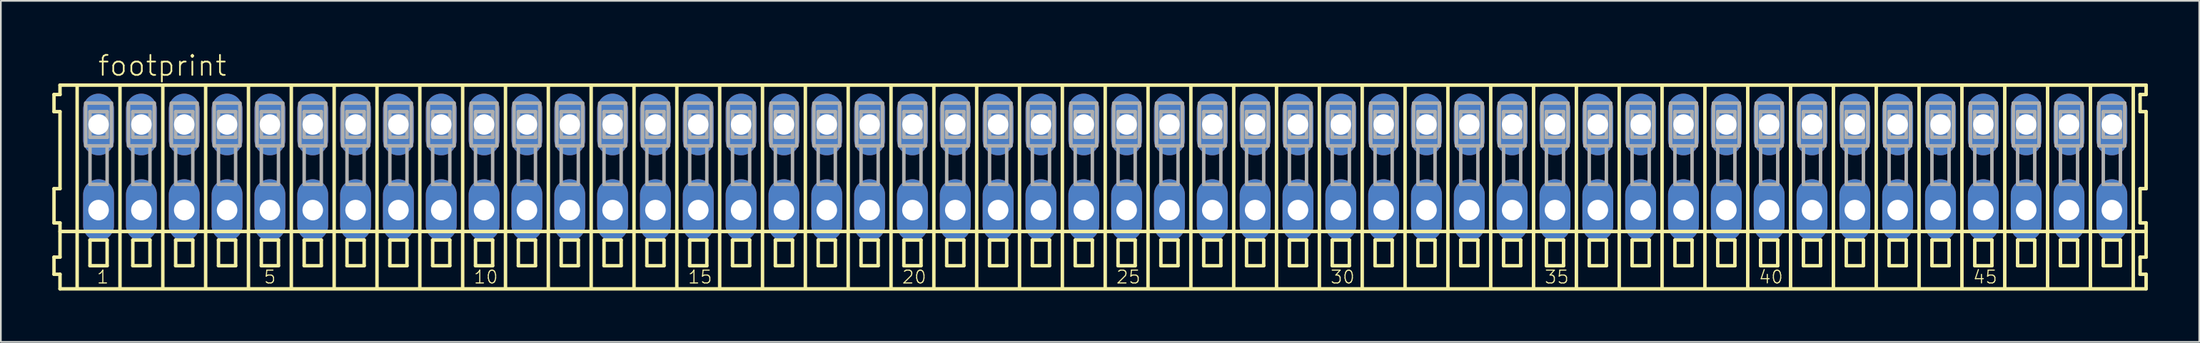
<source format=kicad_pcb>
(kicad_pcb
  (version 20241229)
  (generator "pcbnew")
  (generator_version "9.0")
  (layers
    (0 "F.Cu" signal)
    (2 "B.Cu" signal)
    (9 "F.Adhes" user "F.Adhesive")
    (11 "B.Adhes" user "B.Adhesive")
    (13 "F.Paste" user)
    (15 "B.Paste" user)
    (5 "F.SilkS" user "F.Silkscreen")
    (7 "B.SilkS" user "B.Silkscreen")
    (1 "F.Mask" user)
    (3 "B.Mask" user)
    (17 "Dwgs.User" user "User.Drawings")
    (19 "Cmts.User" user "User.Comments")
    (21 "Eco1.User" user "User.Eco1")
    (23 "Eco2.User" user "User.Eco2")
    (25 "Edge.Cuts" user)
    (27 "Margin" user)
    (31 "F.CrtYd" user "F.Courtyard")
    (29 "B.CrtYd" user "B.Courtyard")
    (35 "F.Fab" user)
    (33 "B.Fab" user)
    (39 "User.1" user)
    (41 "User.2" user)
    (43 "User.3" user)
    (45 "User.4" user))
  (footprint "footprint"
    (layer "F.Cu")
    (at 61.452 6.723)
    (property "Reference" "footprint" (at -58.85 -5.25 0) (layer "F.SilkS") (effects (font (size 1.168 1.168) (thickness 0.102)) (justify left bottom)))
    (fp_line (start -61.35 -4.25) (end -61.35 -3.25) (stroke (width 0.203) (type solid)) (layer "F.SilkS"))
    (fp_line (start -61.35 -3.25) (end -61 -3.25) (stroke (width 0.203) (type solid)) (layer "F.SilkS"))
    (fp_line (start -61.35 1.25) (end -61.35 3.25) (stroke (width 0.203) (type solid)) (layer "F.SilkS"))
    (fp_line (start -61.35 3.25) (end -61 3.25) (stroke (width 0.203) (type solid)) (layer "F.SilkS"))
    (fp_line (start -61.35 5.25) (end -61.35 6.25) (stroke (width 0.203) (type solid)) (layer "F.SilkS"))
    (fp_line (start -61.35 6.25) (end -61 6.25) (stroke (width 0.203) (type solid)) (layer "F.SilkS"))
    (fp_line (start -61 -4.8) (end -61 -4.25) (stroke (width 0.203) (type solid)) (layer "F.SilkS"))
    (fp_line (start -61 -4.25) (end -61.35 -4.25) (stroke (width 0.203) (type solid)) (layer "F.SilkS"))
    (fp_line (start -61 -3.25) (end -61 1.25) (stroke (width 0.203) (type solid)) (layer "F.SilkS"))
    (fp_line (start -61 1.25) (end -61.35 1.25) (stroke (width 0.203) (type solid)) (layer "F.SilkS"))
    (fp_line (start -61 3.25) (end -61 5.25) (stroke (width 0.203) (type solid)) (layer "F.SilkS"))
    (fp_line (start -61 3.75) (end 60.75 3.75) (stroke (width 0.203) (type solid)) (layer "F.SilkS"))
    (fp_line (start -61 5.25) (end -61.35 5.25) (stroke (width 0.203) (type solid)) (layer "F.SilkS"))
    (fp_line (start -61 6.25) (end -61 7.1) (stroke (width 0.203) (type solid)) (layer "F.SilkS"))
    (fp_line (start -61 7.1) (end 60.75 7.1) (stroke (width 0.203) (type solid)) (layer "F.SilkS"))
    (fp_line (start -60 -4.75) (end -60 7) (stroke (width 0.203) (type solid)) (layer "F.SilkS"))
    (fp_line (start -59.25 4.25) (end -59.25 5.75) (stroke (width 0.203) (type solid)) (layer "F.SilkS"))
    (fp_line (start -59.25 5.75) (end -58.25 5.75) (stroke (width 0.203) (type solid)) (layer "F.SilkS"))
    (fp_line (start -58.25 4.25) (end -59.25 4.25) (stroke (width 0.203) (type solid)) (layer "F.SilkS"))
    (fp_line (start -58.25 5.75) (end -58.25 4.25) (stroke (width 0.203) (type solid)) (layer "F.SilkS"))
    (fp_line (start -57.5 -4.75) (end -57.5 7) (stroke (width 0.203) (type solid)) (layer "F.SilkS"))
    (fp_line (start -56.75 4.25) (end -56.75 5.75) (stroke (width 0.203) (type solid)) (layer "F.SilkS"))
    (fp_line (start -56.75 5.75) (end -55.75 5.75) (stroke (width 0.203) (type solid)) (layer "F.SilkS"))
    (fp_line (start -55.75 4.25) (end -56.75 4.25) (stroke (width 0.203) (type solid)) (layer "F.SilkS"))
    (fp_line (start -55.75 5.75) (end -55.75 4.25) (stroke (width 0.203) (type solid)) (layer "F.SilkS"))
    (fp_line (start -55 -4.75) (end -55 7) (stroke (width 0.203) (type solid)) (layer "F.SilkS"))
    (fp_line (start -54.25 4.25) (end -54.25 5.75) (stroke (width 0.203) (type solid)) (layer "F.SilkS"))
    (fp_line (start -54.25 5.75) (end -53.25 5.75) (stroke (width 0.203) (type solid)) (layer "F.SilkS"))
    (fp_line (start -53.25 4.25) (end -54.25 4.25) (stroke (width 0.203) (type solid)) (layer "F.SilkS"))
    (fp_line (start -53.25 5.75) (end -53.25 4.25) (stroke (width 0.203) (type solid)) (layer "F.SilkS"))
    (fp_line (start -52.5 -4.75) (end -52.5 7) (stroke (width 0.203) (type solid)) (layer "F.SilkS"))
    (fp_line (start -51.75 4.25) (end -51.75 5.75) (stroke (width 0.203) (type solid)) (layer "F.SilkS"))
    (fp_line (start -51.75 5.75) (end -50.75 5.75) (stroke (width 0.203) (type solid)) (layer "F.SilkS"))
    (fp_line (start -50.75 4.25) (end -51.75 4.25) (stroke (width 0.203) (type solid)) (layer "F.SilkS"))
    (fp_line (start -50.75 5.75) (end -50.75 4.25) (stroke (width 0.203) (type solid)) (layer "F.SilkS"))
    (fp_line (start -50 -4.75) (end -50 7) (stroke (width 0.203) (type solid)) (layer "F.SilkS"))
    (fp_line (start -49.25 4.25) (end -49.25 5.75) (stroke (width 0.203) (type solid)) (layer "F.SilkS"))
    (fp_line (start -49.25 5.75) (end -48.25 5.75) (stroke (width 0.203) (type solid)) (layer "F.SilkS"))
    (fp_line (start -48.25 4.25) (end -49.25 4.25) (stroke (width 0.203) (type solid)) (layer "F.SilkS"))
    (fp_line (start -48.25 5.75) (end -48.25 4.25) (stroke (width 0.203) (type solid)) (layer "F.SilkS"))
    (fp_line (start -47.5 -4.75) (end -47.5 7) (stroke (width 0.203) (type solid)) (layer "F.SilkS"))
    (fp_line (start -46.75 4.25) (end -46.75 5.75) (stroke (width 0.203) (type solid)) (layer "F.SilkS"))
    (fp_line (start -46.75 5.75) (end -45.75 5.75) (stroke (width 0.203) (type solid)) (layer "F.SilkS"))
    (fp_line (start -45.75 4.25) (end -46.75 4.25) (stroke (width 0.203) (type solid)) (layer "F.SilkS"))
    (fp_line (start -45.75 5.75) (end -45.75 4.25) (stroke (width 0.203) (type solid)) (layer "F.SilkS"))
    (fp_line (start -45 -4.75) (end -45 7) (stroke (width 0.203) (type solid)) (layer "F.SilkS"))
    (fp_line (start -44.25 4.25) (end -44.25 5.75) (stroke (width 0.203) (type solid)) (layer "F.SilkS"))
    (fp_line (start -44.25 5.75) (end -43.25 5.75) (stroke (width 0.203) (type solid)) (layer "F.SilkS"))
    (fp_line (start -43.25 4.25) (end -44.25 4.25) (stroke (width 0.203) (type solid)) (layer "F.SilkS"))
    (fp_line (start -43.25 5.75) (end -43.25 4.25) (stroke (width 0.203) (type solid)) (layer "F.SilkS"))
    (fp_line (start -42.5 -4.75) (end -42.5 7) (stroke (width 0.203) (type solid)) (layer "F.SilkS"))
    (fp_line (start -41.75 4.25) (end -41.75 5.75) (stroke (width 0.203) (type solid)) (layer "F.SilkS"))
    (fp_line (start -41.75 5.75) (end -40.75 5.75) (stroke (width 0.203) (type solid)) (layer "F.SilkS"))
    (fp_line (start -40.75 4.25) (end -41.75 4.25) (stroke (width 0.203) (type solid)) (layer "F.SilkS"))
    (fp_line (start -40.75 5.75) (end -40.75 4.25) (stroke (width 0.203) (type solid)) (layer "F.SilkS"))
    (fp_line (start -40 -4.75) (end -40 7) (stroke (width 0.203) (type solid)) (layer "F.SilkS"))
    (fp_line (start -39.25 4.25) (end -39.25 5.75) (stroke (width 0.203) (type solid)) (layer "F.SilkS"))
    (fp_line (start -39.25 5.75) (end -38.25 5.75) (stroke (width 0.203) (type solid)) (layer "F.SilkS"))
    (fp_line (start -38.25 4.25) (end -39.25 4.25) (stroke (width 0.203) (type solid)) (layer "F.SilkS"))
    (fp_line (start -38.25 5.75) (end -38.25 4.25) (stroke (width 0.203) (type solid)) (layer "F.SilkS"))
    (fp_line (start -37.5 -4.75) (end -37.5 7) (stroke (width 0.203) (type solid)) (layer "F.SilkS"))
    (fp_line (start -36.75 4.25) (end -36.75 5.75) (stroke (width 0.203) (type solid)) (layer "F.SilkS"))
    (fp_line (start -36.75 5.75) (end -35.75 5.75) (stroke (width 0.203) (type solid)) (layer "F.SilkS"))
    (fp_line (start -35.75 4.25) (end -36.75 4.25) (stroke (width 0.203) (type solid)) (layer "F.SilkS"))
    (fp_line (start -35.75 5.75) (end -35.75 4.25) (stroke (width 0.203) (type solid)) (layer "F.SilkS"))
    (fp_line (start -35 -4.75) (end -35 7) (stroke (width 0.203) (type solid)) (layer "F.SilkS"))
    (fp_line (start -34.25 4.25) (end -34.25 5.75) (stroke (width 0.203) (type solid)) (layer "F.SilkS"))
    (fp_line (start -34.25 5.75) (end -33.25 5.75) (stroke (width 0.203) (type solid)) (layer "F.SilkS"))
    (fp_line (start -33.25 4.25) (end -34.25 4.25) (stroke (width 0.203) (type solid)) (layer "F.SilkS"))
    (fp_line (start -33.25 5.75) (end -33.25 4.25) (stroke (width 0.203) (type solid)) (layer "F.SilkS"))
    (fp_line (start -32.5 -4.75) (end -32.5 7) (stroke (width 0.203) (type solid)) (layer "F.SilkS"))
    (fp_line (start -31.75 4.25) (end -31.75 5.75) (stroke (width 0.203) (type solid)) (layer "F.SilkS"))
    (fp_line (start -31.75 5.75) (end -30.75 5.75) (stroke (width 0.203) (type solid)) (layer "F.SilkS"))
    (fp_line (start -30.75 4.25) (end -31.75 4.25) (stroke (width 0.203) (type solid)) (layer "F.SilkS"))
    (fp_line (start -30.75 5.75) (end -30.75 4.25) (stroke (width 0.203) (type solid)) (layer "F.SilkS"))
    (fp_line (start -30 -4.75) (end -30 7) (stroke (width 0.203) (type solid)) (layer "F.SilkS"))
    (fp_line (start -29.25 4.25) (end -29.25 5.75) (stroke (width 0.203) (type solid)) (layer "F.SilkS"))
    (fp_line (start -29.25 5.75) (end -28.25 5.75) (stroke (width 0.203) (type solid)) (layer "F.SilkS"))
    (fp_line (start -28.25 4.25) (end -29.25 4.25) (stroke (width 0.203) (type solid)) (layer "F.SilkS"))
    (fp_line (start -28.25 5.75) (end -28.25 4.25) (stroke (width 0.203) (type solid)) (layer "F.SilkS"))
    (fp_line (start -27.5 -4.75) (end -27.5 7) (stroke (width 0.203) (type solid)) (layer "F.SilkS"))
    (fp_line (start -26.75 4.25) (end -26.75 5.75) (stroke (width 0.203) (type solid)) (layer "F.SilkS"))
    (fp_line (start -26.75 5.75) (end -25.75 5.75) (stroke (width 0.203) (type solid)) (layer "F.SilkS"))
    (fp_line (start -25.75 4.25) (end -26.75 4.25) (stroke (width 0.203) (type solid)) (layer "F.SilkS"))
    (fp_line (start -25.75 5.75) (end -25.75 4.25) (stroke (width 0.203) (type solid)) (layer "F.SilkS"))
    (fp_line (start -25 -4.75) (end -25 7) (stroke (width 0.203) (type solid)) (layer "F.SilkS"))
    (fp_line (start -24.25 4.25) (end -24.25 5.75) (stroke (width 0.203) (type solid)) (layer "F.SilkS"))
    (fp_line (start -24.25 5.75) (end -23.25 5.75) (stroke (width 0.203) (type solid)) (layer "F.SilkS"))
    (fp_line (start -23.25 4.25) (end -24.25 4.25) (stroke (width 0.203) (type solid)) (layer "F.SilkS"))
    (fp_line (start -23.25 5.75) (end -23.25 4.25) (stroke (width 0.203) (type solid)) (layer "F.SilkS"))
    (fp_line (start -22.5 -4.75) (end -22.5 7) (stroke (width 0.203) (type solid)) (layer "F.SilkS"))
    (fp_line (start -21.75 4.25) (end -21.75 5.75) (stroke (width 0.203) (type solid)) (layer "F.SilkS"))
    (fp_line (start -21.75 5.75) (end -20.75 5.75) (stroke (width 0.203) (type solid)) (layer "F.SilkS"))
    (fp_line (start -20.75 4.25) (end -21.75 4.25) (stroke (width 0.203) (type solid)) (layer "F.SilkS"))
    (fp_line (start -20.75 5.75) (end -20.75 4.25) (stroke (width 0.203) (type solid)) (layer "F.SilkS"))
    (fp_line (start -20 -4.75) (end -20 7) (stroke (width 0.203) (type solid)) (layer "F.SilkS"))
    (fp_line (start -19.25 4.25) (end -19.25 5.75) (stroke (width 0.203) (type solid)) (layer "F.SilkS"))
    (fp_line (start -19.25 5.75) (end -18.25 5.75) (stroke (width 0.203) (type solid)) (layer "F.SilkS"))
    (fp_line (start -18.25 4.25) (end -19.25 4.25) (stroke (width 0.203) (type solid)) (layer "F.SilkS"))
    (fp_line (start -18.25 5.75) (end -18.25 4.25) (stroke (width 0.203) (type solid)) (layer "F.SilkS"))
    (fp_line (start -17.5 -4.75) (end -17.5 7) (stroke (width 0.203) (type solid)) (layer "F.SilkS"))
    (fp_line (start -16.75 4.25) (end -16.75 5.75) (stroke (width 0.203) (type solid)) (layer "F.SilkS"))
    (fp_line (start -16.75 5.75) (end -15.75 5.75) (stroke (width 0.203) (type solid)) (layer "F.SilkS"))
    (fp_line (start -15.75 4.25) (end -16.75 4.25) (stroke (width 0.203) (type solid)) (layer "F.SilkS"))
    (fp_line (start -15.75 5.75) (end -15.75 4.25) (stroke (width 0.203) (type solid)) (layer "F.SilkS"))
    (fp_line (start -15 -4.75) (end -15 7) (stroke (width 0.203) (type solid)) (layer "F.SilkS"))
    (fp_line (start -14.25 4.25) (end -14.25 5.75) (stroke (width 0.203) (type solid)) (layer "F.SilkS"))
    (fp_line (start -14.25 5.75) (end -13.25 5.75) (stroke (width 0.203) (type solid)) (layer "F.SilkS"))
    (fp_line (start -13.25 4.25) (end -14.25 4.25) (stroke (width 0.203) (type solid)) (layer "F.SilkS"))
    (fp_line (start -13.25 5.75) (end -13.25 4.25) (stroke (width 0.203) (type solid)) (layer "F.SilkS"))
    (fp_line (start -12.5 -4.75) (end -12.5 7) (stroke (width 0.203) (type solid)) (layer "F.SilkS"))
    (fp_line (start -11.75 4.25) (end -11.75 5.75) (stroke (width 0.203) (type solid)) (layer "F.SilkS"))
    (fp_line (start -11.75 5.75) (end -10.75 5.75) (stroke (width 0.203) (type solid)) (layer "F.SilkS"))
    (fp_line (start -10.75 4.25) (end -11.75 4.25) (stroke (width 0.203) (type solid)) (layer "F.SilkS"))
    (fp_line (start -10.75 5.75) (end -10.75 4.25) (stroke (width 0.203) (type solid)) (layer "F.SilkS"))
    (fp_line (start -10 -4.75) (end -10 7) (stroke (width 0.203) (type solid)) (layer "F.SilkS"))
    (fp_line (start -9.25 4.25) (end -9.25 5.75) (stroke (width 0.203) (type solid)) (layer "F.SilkS"))
    (fp_line (start -9.25 5.75) (end -8.25 5.75) (stroke (width 0.203) (type solid)) (layer "F.SilkS"))
    (fp_line (start -8.25 4.25) (end -9.25 4.25) (stroke (width 0.203) (type solid)) (layer "F.SilkS"))
    (fp_line (start -8.25 5.75) (end -8.25 4.25) (stroke (width 0.203) (type solid)) (layer "F.SilkS"))
    (fp_line (start -7.5 -4.75) (end -7.5 7) (stroke (width 0.203) (type solid)) (layer "F.SilkS"))
    (fp_line (start -6.75 4.25) (end -6.75 5.75) (stroke (width 0.203) (type solid)) (layer "F.SilkS"))
    (fp_line (start -6.75 5.75) (end -5.75 5.75) (stroke (width 0.203) (type solid)) (layer "F.SilkS"))
    (fp_line (start -5.75 4.25) (end -6.75 4.25) (stroke (width 0.203) (type solid)) (layer "F.SilkS"))
    (fp_line (start -5.75 5.75) (end -5.75 4.25) (stroke (width 0.203) (type solid)) (layer "F.SilkS"))
    (fp_line (start -5 -4.75) (end -5 7) (stroke (width 0.203) (type solid)) (layer "F.SilkS"))
    (fp_line (start -4.25 4.25) (end -4.25 5.75) (stroke (width 0.203) (type solid)) (layer "F.SilkS"))
    (fp_line (start -4.25 5.75) (end -3.25 5.75) (stroke (width 0.203) (type solid)) (layer "F.SilkS"))
    (fp_line (start -3.25 4.25) (end -4.25 4.25) (stroke (width 0.203) (type solid)) (layer "F.SilkS"))
    (fp_line (start -3.25 5.75) (end -3.25 4.25) (stroke (width 0.203) (type solid)) (layer "F.SilkS"))
    (fp_line (start -2.5 -4.75) (end -2.5 7) (stroke (width 0.203) (type solid)) (layer "F.SilkS"))
    (fp_line (start -1.75 4.25) (end -1.75 5.75) (stroke (width 0.203) (type solid)) (layer "F.SilkS"))
    (fp_line (start -1.75 5.75) (end -0.75 5.75) (stroke (width 0.203) (type solid)) (layer "F.SilkS"))
    (fp_line (start -0.75 4.25) (end -1.75 4.25) (stroke (width 0.203) (type solid)) (layer "F.SilkS"))
    (fp_line (start -0.75 5.75) (end -0.75 4.25) (stroke (width 0.203) (type solid)) (layer "F.SilkS"))
    (fp_line (start 0 -4.75) (end 0 7) (stroke (width 0.203) (type solid)) (layer "F.SilkS"))
    (fp_line (start 0.75 4.25) (end 0.75 5.75) (stroke (width 0.203) (type solid)) (layer "F.SilkS"))
    (fp_line (start 0.75 5.75) (end 1.75 5.75) (stroke (width 0.203) (type solid)) (layer "F.SilkS"))
    (fp_line (start 1.75 4.25) (end 0.75 4.25) (stroke (width 0.203) (type solid)) (layer "F.SilkS"))
    (fp_line (start 1.75 5.75) (end 1.75 4.25) (stroke (width 0.203) (type solid)) (layer "F.SilkS"))
    (fp_line (start 2.5 -4.75) (end 2.5 7) (stroke (width 0.203) (type solid)) (layer "F.SilkS"))
    (fp_line (start 3.25 4.25) (end 3.25 5.75) (stroke (width 0.203) (type solid)) (layer "F.SilkS"))
    (fp_line (start 3.25 5.75) (end 4.25 5.75) (stroke (width 0.203) (type solid)) (layer "F.SilkS"))
    (fp_line (start 4.25 4.25) (end 3.25 4.25) (stroke (width 0.203) (type solid)) (layer "F.SilkS"))
    (fp_line (start 4.25 5.75) (end 4.25 4.25) (stroke (width 0.203) (type solid)) (layer "F.SilkS"))
    (fp_line (start 5 -4.75) (end 5 7) (stroke (width 0.203) (type solid)) (layer "F.SilkS"))
    (fp_line (start 5.75 4.25) (end 5.75 5.75) (stroke (width 0.203) (type solid)) (layer "F.SilkS"))
    (fp_line (start 5.75 5.75) (end 6.75 5.75) (stroke (width 0.203) (type solid)) (layer "F.SilkS"))
    (fp_line (start 6.75 4.25) (end 5.75 4.25) (stroke (width 0.203) (type solid)) (layer "F.SilkS"))
    (fp_line (start 6.75 5.75) (end 6.75 4.25) (stroke (width 0.203) (type solid)) (layer "F.SilkS"))
    (fp_line (start 7.5 -4.75) (end 7.5 7) (stroke (width 0.203) (type solid)) (layer "F.SilkS"))
    (fp_line (start 8.25 4.25) (end 8.25 5.75) (stroke (width 0.203) (type solid)) (layer "F.SilkS"))
    (fp_line (start 8.25 5.75) (end 9.25 5.75) (stroke (width 0.203) (type solid)) (layer "F.SilkS"))
    (fp_line (start 9.25 4.25) (end 8.25 4.25) (stroke (width 0.203) (type solid)) (layer "F.SilkS"))
    (fp_line (start 9.25 5.75) (end 9.25 4.25) (stroke (width 0.203) (type solid)) (layer "F.SilkS"))
    (fp_line (start 10 -4.75) (end 10 7) (stroke (width 0.203) (type solid)) (layer "F.SilkS"))
    (fp_line (start 10.75 4.25) (end 10.75 5.75) (stroke (width 0.203) (type solid)) (layer "F.SilkS"))
    (fp_line (start 10.75 5.75) (end 11.75 5.75) (stroke (width 0.203) (type solid)) (layer "F.SilkS"))
    (fp_line (start 11.75 4.25) (end 10.75 4.25) (stroke (width 0.203) (type solid)) (layer "F.SilkS"))
    (fp_line (start 11.75 5.75) (end 11.75 4.25) (stroke (width 0.203) (type solid)) (layer "F.SilkS"))
    (fp_line (start 12.5 -4.75) (end 12.5 7) (stroke (width 0.203) (type solid)) (layer "F.SilkS"))
    (fp_line (start 13.25 4.25) (end 13.25 5.75) (stroke (width 0.203) (type solid)) (layer "F.SilkS"))
    (fp_line (start 13.25 5.75) (end 14.25 5.75) (stroke (width 0.203) (type solid)) (layer "F.SilkS"))
    (fp_line (start 14.25 4.25) (end 13.25 4.25) (stroke (width 0.203) (type solid)) (layer "F.SilkS"))
    (fp_line (start 14.25 5.75) (end 14.25 4.25) (stroke (width 0.203) (type solid)) (layer "F.SilkS"))
    (fp_line (start 15 -4.75) (end 15 7) (stroke (width 0.203) (type solid)) (layer "F.SilkS"))
    (fp_line (start 15.75 4.25) (end 15.75 5.75) (stroke (width 0.203) (type solid)) (layer "F.SilkS"))
    (fp_line (start 15.75 5.75) (end 16.75 5.75) (stroke (width 0.203) (type solid)) (layer "F.SilkS"))
    (fp_line (start 16.75 4.25) (end 15.75 4.25) (stroke (width 0.203) (type solid)) (layer "F.SilkS"))
    (fp_line (start 16.75 5.75) (end 16.75 4.25) (stroke (width 0.203) (type solid)) (layer "F.SilkS"))
    (fp_line (start 17.5 -4.75) (end 17.5 7) (stroke (width 0.203) (type solid)) (layer "F.SilkS"))
    (fp_line (start 18.25 4.25) (end 18.25 5.75) (stroke (width 0.203) (type solid)) (layer "F.SilkS"))
    (fp_line (start 18.25 5.75) (end 19.25 5.75) (stroke (width 0.203) (type solid)) (layer "F.SilkS"))
    (fp_line (start 19.25 4.25) (end 18.25 4.25) (stroke (width 0.203) (type solid)) (layer "F.SilkS"))
    (fp_line (start 19.25 5.75) (end 19.25 4.25) (stroke (width 0.203) (type solid)) (layer "F.SilkS"))
    (fp_line (start 20 -4.75) (end 20 7) (stroke (width 0.203) (type solid)) (layer "F.SilkS"))
    (fp_line (start 20.75 4.25) (end 20.75 5.75) (stroke (width 0.203) (type solid)) (layer "F.SilkS"))
    (fp_line (start 20.75 5.75) (end 21.75 5.75) (stroke (width 0.203) (type solid)) (layer "F.SilkS"))
    (fp_line (start 21.75 4.25) (end 20.75 4.25) (stroke (width 0.203) (type solid)) (layer "F.SilkS"))
    (fp_line (start 21.75 5.75) (end 21.75 4.25) (stroke (width 0.203) (type solid)) (layer "F.SilkS"))
    (fp_line (start 22.5 -4.75) (end 22.5 7) (stroke (width 0.203) (type solid)) (layer "F.SilkS"))
    (fp_line (start 23.25 4.25) (end 23.25 5.75) (stroke (width 0.203) (type solid)) (layer "F.SilkS"))
    (fp_line (start 23.25 5.75) (end 24.25 5.75) (stroke (width 0.203) (type solid)) (layer "F.SilkS"))
    (fp_line (start 24.25 4.25) (end 23.25 4.25) (stroke (width 0.203) (type solid)) (layer "F.SilkS"))
    (fp_line (start 24.25 5.75) (end 24.25 4.25) (stroke (width 0.203) (type solid)) (layer "F.SilkS"))
    (fp_line (start 25 -4.75) (end 25 7) (stroke (width 0.203) (type solid)) (layer "F.SilkS"))
    (fp_line (start 25.75 4.25) (end 25.75 5.75) (stroke (width 0.203) (type solid)) (layer "F.SilkS"))
    (fp_line (start 25.75 5.75) (end 26.75 5.75) (stroke (width 0.203) (type solid)) (layer "F.SilkS"))
    (fp_line (start 26.75 4.25) (end 25.75 4.25) (stroke (width 0.203) (type solid)) (layer "F.SilkS"))
    (fp_line (start 26.75 5.75) (end 26.75 4.25) (stroke (width 0.203) (type solid)) (layer "F.SilkS"))
    (fp_line (start 27.5 -4.75) (end 27.5 7) (stroke (width 0.203) (type solid)) (layer "F.SilkS"))
    (fp_line (start 28.25 4.25) (end 28.25 5.75) (stroke (width 0.203) (type solid)) (layer "F.SilkS"))
    (fp_line (start 28.25 5.75) (end 29.25 5.75) (stroke (width 0.203) (type solid)) (layer "F.SilkS"))
    (fp_line (start 29.25 4.25) (end 28.25 4.25) (stroke (width 0.203) (type solid)) (layer "F.SilkS"))
    (fp_line (start 29.25 5.75) (end 29.25 4.25) (stroke (width 0.203) (type solid)) (layer "F.SilkS"))
    (fp_line (start 30 -4.75) (end 30 7) (stroke (width 0.203) (type solid)) (layer "F.SilkS"))
    (fp_line (start 30.75 4.25) (end 30.75 5.75) (stroke (width 0.203) (type solid)) (layer "F.SilkS"))
    (fp_line (start 30.75 5.75) (end 31.75 5.75) (stroke (width 0.203) (type solid)) (layer "F.SilkS"))
    (fp_line (start 31.75 4.25) (end 30.75 4.25) (stroke (width 0.203) (type solid)) (layer "F.SilkS"))
    (fp_line (start 31.75 5.75) (end 31.75 4.25) (stroke (width 0.203) (type solid)) (layer "F.SilkS"))
    (fp_line (start 32.5 -4.75) (end 32.5 7) (stroke (width 0.203) (type solid)) (layer "F.SilkS"))
    (fp_line (start 33.25 4.25) (end 33.25 5.75) (stroke (width 0.203) (type solid)) (layer "F.SilkS"))
    (fp_line (start 33.25 5.75) (end 34.25 5.75) (stroke (width 0.203) (type solid)) (layer "F.SilkS"))
    (fp_line (start 34.25 4.25) (end 33.25 4.25) (stroke (width 0.203) (type solid)) (layer "F.SilkS"))
    (fp_line (start 34.25 5.75) (end 34.25 4.25) (stroke (width 0.203) (type solid)) (layer "F.SilkS"))
    (fp_line (start 35 -4.75) (end 35 7) (stroke (width 0.203) (type solid)) (layer "F.SilkS"))
    (fp_line (start 35.75 4.25) (end 35.75 5.75) (stroke (width 0.203) (type solid)) (layer "F.SilkS"))
    (fp_line (start 35.75 5.75) (end 36.75 5.75) (stroke (width 0.203) (type solid)) (layer "F.SilkS"))
    (fp_line (start 36.75 4.25) (end 35.75 4.25) (stroke (width 0.203) (type solid)) (layer "F.SilkS"))
    (fp_line (start 36.75 5.75) (end 36.75 4.25) (stroke (width 0.203) (type solid)) (layer "F.SilkS"))
    (fp_line (start 37.5 -4.75) (end 37.5 7) (stroke (width 0.203) (type solid)) (layer "F.SilkS"))
    (fp_line (start 38.25 4.25) (end 38.25 5.75) (stroke (width 0.203) (type solid)) (layer "F.SilkS"))
    (fp_line (start 38.25 5.75) (end 39.25 5.75) (stroke (width 0.203) (type solid)) (layer "F.SilkS"))
    (fp_line (start 39.25 4.25) (end 38.25 4.25) (stroke (width 0.203) (type solid)) (layer "F.SilkS"))
    (fp_line (start 39.25 5.75) (end 39.25 4.25) (stroke (width 0.203) (type solid)) (layer "F.SilkS"))
    (fp_line (start 40 -4.75) (end 40 7) (stroke (width 0.203) (type solid)) (layer "F.SilkS"))
    (fp_line (start 40.75 4.25) (end 40.75 5.75) (stroke (width 0.203) (type solid)) (layer "F.SilkS"))
    (fp_line (start 40.75 5.75) (end 41.75 5.75) (stroke (width 0.203) (type solid)) (layer "F.SilkS"))
    (fp_line (start 41.75 4.25) (end 40.75 4.25) (stroke (width 0.203) (type solid)) (layer "F.SilkS"))
    (fp_line (start 41.75 5.75) (end 41.75 4.25) (stroke (width 0.203) (type solid)) (layer "F.SilkS"))
    (fp_line (start 42.5 -4.75) (end 42.5 7) (stroke (width 0.203) (type solid)) (layer "F.SilkS"))
    (fp_line (start 43.25 4.25) (end 43.25 5.75) (stroke (width 0.203) (type solid)) (layer "F.SilkS"))
    (fp_line (start 43.25 5.75) (end 44.25 5.75) (stroke (width 0.203) (type solid)) (layer "F.SilkS"))
    (fp_line (start 44.25 4.25) (end 43.25 4.25) (stroke (width 0.203) (type solid)) (layer "F.SilkS"))
    (fp_line (start 44.25 5.75) (end 44.25 4.25) (stroke (width 0.203) (type solid)) (layer "F.SilkS"))
    (fp_line (start 45 -4.75) (end 45 7) (stroke (width 0.203) (type solid)) (layer "F.SilkS"))
    (fp_line (start 45.75 4.25) (end 45.75 5.75) (stroke (width 0.203) (type solid)) (layer "F.SilkS"))
    (fp_line (start 45.75 5.75) (end 46.75 5.75) (stroke (width 0.203) (type solid)) (layer "F.SilkS"))
    (fp_line (start 46.75 4.25) (end 45.75 4.25) (stroke (width 0.203) (type solid)) (layer "F.SilkS"))
    (fp_line (start 46.75 5.75) (end 46.75 4.25) (stroke (width 0.203) (type solid)) (layer "F.SilkS"))
    (fp_line (start 47.5 -4.75) (end 47.5 7) (stroke (width 0.203) (type solid)) (layer "F.SilkS"))
    (fp_line (start 48.25 4.25) (end 48.25 5.75) (stroke (width 0.203) (type solid)) (layer "F.SilkS"))
    (fp_line (start 48.25 5.75) (end 49.25 5.75) (stroke (width 0.203) (type solid)) (layer "F.SilkS"))
    (fp_line (start 49.25 4.25) (end 48.25 4.25) (stroke (width 0.203) (type solid)) (layer "F.SilkS"))
    (fp_line (start 49.25 5.75) (end 49.25 4.25) (stroke (width 0.203) (type solid)) (layer "F.SilkS"))
    (fp_line (start 50 -4.75) (end 50 7) (stroke (width 0.203) (type solid)) (layer "F.SilkS"))
    (fp_line (start 50.75 4.25) (end 50.75 5.75) (stroke (width 0.203) (type solid)) (layer "F.SilkS"))
    (fp_line (start 50.75 5.75) (end 51.75 5.75) (stroke (width 0.203) (type solid)) (layer "F.SilkS"))
    (fp_line (start 51.75 4.25) (end 50.75 4.25) (stroke (width 0.203) (type solid)) (layer "F.SilkS"))
    (fp_line (start 51.75 5.75) (end 51.75 4.25) (stroke (width 0.203) (type solid)) (layer "F.SilkS"))
    (fp_line (start 52.5 -4.75) (end 52.5 7) (stroke (width 0.203) (type solid)) (layer "F.SilkS"))
    (fp_line (start 53.25 4.25) (end 53.25 5.75) (stroke (width 0.203) (type solid)) (layer "F.SilkS"))
    (fp_line (start 53.25 5.75) (end 54.25 5.75) (stroke (width 0.203) (type solid)) (layer "F.SilkS"))
    (fp_line (start 54.25 4.25) (end 53.25 4.25) (stroke (width 0.203) (type solid)) (layer "F.SilkS"))
    (fp_line (start 54.25 5.75) (end 54.25 4.25) (stroke (width 0.203) (type solid)) (layer "F.SilkS"))
    (fp_line (start 55 -4.75) (end 55 7) (stroke (width 0.203) (type solid)) (layer "F.SilkS"))
    (fp_line (start 55.75 4.25) (end 55.75 5.75) (stroke (width 0.203) (type solid)) (layer "F.SilkS"))
    (fp_line (start 55.75 5.75) (end 56.75 5.75) (stroke (width 0.203) (type solid)) (layer "F.SilkS"))
    (fp_line (start 56.75 4.25) (end 55.75 4.25) (stroke (width 0.203) (type solid)) (layer "F.SilkS"))
    (fp_line (start 56.75 5.75) (end 56.75 4.25) (stroke (width 0.203) (type solid)) (layer "F.SilkS"))
    (fp_line (start 57.5 -4.75) (end 57.5 7) (stroke (width 0.203) (type solid)) (layer "F.SilkS"))
    (fp_line (start 58.25 4.25) (end 58.25 5.75) (stroke (width 0.203) (type solid)) (layer "F.SilkS"))
    (fp_line (start 58.25 5.75) (end 59.25 5.75) (stroke (width 0.203) (type solid)) (layer "F.SilkS"))
    (fp_line (start 59.25 4.25) (end 58.25 4.25) (stroke (width 0.203) (type solid)) (layer "F.SilkS"))
    (fp_line (start 59.25 5.75) (end 59.25 4.25) (stroke (width 0.203) (type solid)) (layer "F.SilkS"))
    (fp_line (start 60 -4.75) (end 60 7) (stroke (width 0.203) (type solid)) (layer "F.SilkS"))
    (fp_line (start 60.4 -4.25) (end 60.4 -3.25) (stroke (width 0.203) (type solid)) (layer "F.SilkS"))
    (fp_line (start 60.4 -3.25) (end 60.75 -3.25) (stroke (width 0.203) (type solid)) (layer "F.SilkS"))
    (fp_line (start 60.4 1.25) (end 60.4 3.25) (stroke (width 0.203) (type solid)) (layer "F.SilkS"))
    (fp_line (start 60.4 3.25) (end 60.75 3.25) (stroke (width 0.203) (type solid)) (layer "F.SilkS"))
    (fp_line (start 60.4 5.25) (end 60.4 6.25) (stroke (width 0.203) (type solid)) (layer "F.SilkS"))
    (fp_line (start 60.4 6.25) (end 60.75 6.25) (stroke (width 0.203) (type solid)) (layer "F.SilkS"))
    (fp_line (start 60.75 -4.8) (end -61 -4.8) (stroke (width 0.203) (type solid)) (layer "F.SilkS"))
    (fp_line (start 60.75 -4.25) (end 60.4 -4.25) (stroke (width 0.203) (type solid)) (layer "F.SilkS"))
    (fp_line (start 60.75 -4.25) (end 60.75 -4.8) (stroke (width 0.203) (type solid)) (layer "F.SilkS"))
    (fp_line (start 60.75 1.25) (end 60.4 1.25) (stroke (width 0.203) (type solid)) (layer "F.SilkS"))
    (fp_line (start 60.75 1.25) (end 60.75 -3.25) (stroke (width 0.203) (type solid)) (layer "F.SilkS"))
    (fp_line (start 60.75 3.75) (end 60.75 3.25) (stroke (width 0.203) (type solid)) (layer "F.SilkS"))
    (fp_line (start 60.75 5.25) (end 60.4 5.25) (stroke (width 0.203) (type solid)) (layer "F.SilkS"))
    (fp_line (start 60.75 5.25) (end 60.75 3.75) (stroke (width 0.203) (type solid)) (layer "F.SilkS"))
    (fp_line (start 60.75 7.1) (end 60.75 6.25) (stroke (width 0.203) (type solid)) (layer "F.SilkS"))
    (fp_line (start -59.5 -3.75) (end -59.5 -1.25) (stroke (width 0.203) (type solid)) (layer "F.Fab"))
    (fp_line (start -59.5 -1.25) (end -59.25 -1.25) (stroke (width 0.203) (type solid)) (layer "F.Fab"))
    (fp_line (start -59.25 -3.25) (end -59.25 -1.75) (stroke (width 0.203) (type solid)) (layer "F.Fab"))
    (fp_line (start -59.25 -1.75) (end -58.25 -1.75) (stroke (width 0.203) (type solid)) (layer "F.Fab"))
    (fp_line (start -59.25 -1.25) (end -59.25 1) (stroke (width 0.203) (type solid)) (layer "F.Fab"))
    (fp_line (start -59.25 -1.25) (end -58.25 -1.25) (stroke (width 0.203) (type solid)) (layer "F.Fab"))
    (fp_line (start -59.25 1) (end -58.25 1) (stroke (width 0.203) (type solid)) (layer "F.Fab"))
    (fp_line (start -58.25 -3.25) (end -59.25 -3.25) (stroke (width 0.203) (type solid)) (layer "F.Fab"))
    (fp_line (start -58.25 -1.75) (end -58.25 -3.25) (stroke (width 0.203) (type solid)) (layer "F.Fab"))
    (fp_line (start -58.25 -1.25) (end -58 -1.25) (stroke (width 0.203) (type solid)) (layer "F.Fab"))
    (fp_line (start -58.25 1) (end -58.25 -1.25) (stroke (width 0.203) (type solid)) (layer "F.Fab"))
    (fp_line (start -58 -3.75) (end -59.5 -3.75) (stroke (width 0.203) (type solid)) (layer "F.Fab"))
    (fp_line (start -58 -1.25) (end -58 -3.75) (stroke (width 0.203) (type solid)) (layer "F.Fab"))
    (fp_line (start -57 -3.75) (end -57 -1.25) (stroke (width 0.203) (type solid)) (layer "F.Fab"))
    (fp_line (start -57 -1.25) (end -56.75 -1.25) (stroke (width 0.203) (type solid)) (layer "F.Fab"))
    (fp_line (start -56.75 -3.25) (end -56.75 -1.75) (stroke (width 0.203) (type solid)) (layer "F.Fab"))
    (fp_line (start -56.75 -1.75) (end -55.75 -1.75) (stroke (width 0.203) (type solid)) (layer "F.Fab"))
    (fp_line (start -56.75 -1.25) (end -56.75 1) (stroke (width 0.203) (type solid)) (layer "F.Fab"))
    (fp_line (start -56.75 -1.25) (end -55.75 -1.25) (stroke (width 0.203) (type solid)) (layer "F.Fab"))
    (fp_line (start -56.75 1) (end -55.75 1) (stroke (width 0.203) (type solid)) (layer "F.Fab"))
    (fp_line (start -55.75 -3.25) (end -56.75 -3.25) (stroke (width 0.203) (type solid)) (layer "F.Fab"))
    (fp_line (start -55.75 -1.75) (end -55.75 -3.25) (stroke (width 0.203) (type solid)) (layer "F.Fab"))
    (fp_line (start -55.75 -1.25) (end -55.5 -1.25) (stroke (width 0.203) (type solid)) (layer "F.Fab"))
    (fp_line (start -55.75 1) (end -55.75 -1.25) (stroke (width 0.203) (type solid)) (layer "F.Fab"))
    (fp_line (start -55.5 -3.75) (end -57 -3.75) (stroke (width 0.203) (type solid)) (layer "F.Fab"))
    (fp_line (start -55.5 -1.25) (end -55.5 -3.75) (stroke (width 0.203) (type solid)) (layer "F.Fab"))
    (fp_line (start -54.5 -3.75) (end -54.5 -1.25) (stroke (width 0.203) (type solid)) (layer "F.Fab"))
    (fp_line (start -54.5 -1.25) (end -54.25 -1.25) (stroke (width 0.203) (type solid)) (layer "F.Fab"))
    (fp_line (start -54.25 -3.25) (end -54.25 -1.75) (stroke (width 0.203) (type solid)) (layer "F.Fab"))
    (fp_line (start -54.25 -1.75) (end -53.25 -1.75) (stroke (width 0.203) (type solid)) (layer "F.Fab"))
    (fp_line (start -54.25 -1.25) (end -54.25 1) (stroke (width 0.203) (type solid)) (layer "F.Fab"))
    (fp_line (start -54.25 -1.25) (end -53.25 -1.25) (stroke (width 0.203) (type solid)) (layer "F.Fab"))
    (fp_line (start -54.25 1) (end -53.25 1) (stroke (width 0.203) (type solid)) (layer "F.Fab"))
    (fp_line (start -53.25 -3.25) (end -54.25 -3.25) (stroke (width 0.203) (type solid)) (layer "F.Fab"))
    (fp_line (start -53.25 -1.75) (end -53.25 -3.25) (stroke (width 0.203) (type solid)) (layer "F.Fab"))
    (fp_line (start -53.25 -1.25) (end -53 -1.25) (stroke (width 0.203) (type solid)) (layer "F.Fab"))
    (fp_line (start -53.25 1) (end -53.25 -1.25) (stroke (width 0.203) (type solid)) (layer "F.Fab"))
    (fp_line (start -53 -3.75) (end -54.5 -3.75) (stroke (width 0.203) (type solid)) (layer "F.Fab"))
    (fp_line (start -53 -1.25) (end -53 -3.75) (stroke (width 0.203) (type solid)) (layer "F.Fab"))
    (fp_line (start -52 -3.75) (end -52 -1.25) (stroke (width 0.203) (type solid)) (layer "F.Fab"))
    (fp_line (start -52 -1.25) (end -51.75 -1.25) (stroke (width 0.203) (type solid)) (layer "F.Fab"))
    (fp_line (start -51.75 -3.25) (end -51.75 -1.75) (stroke (width 0.203) (type solid)) (layer "F.Fab"))
    (fp_line (start -51.75 -1.75) (end -50.75 -1.75) (stroke (width 0.203) (type solid)) (layer "F.Fab"))
    (fp_line (start -51.75 -1.25) (end -51.75 1) (stroke (width 0.203) (type solid)) (layer "F.Fab"))
    (fp_line (start -51.75 -1.25) (end -50.75 -1.25) (stroke (width 0.203) (type solid)) (layer "F.Fab"))
    (fp_line (start -51.75 1) (end -50.75 1) (stroke (width 0.203) (type solid)) (layer "F.Fab"))
    (fp_line (start -50.75 -3.25) (end -51.75 -3.25) (stroke (width 0.203) (type solid)) (layer "F.Fab"))
    (fp_line (start -50.75 -1.75) (end -50.75 -3.25) (stroke (width 0.203) (type solid)) (layer "F.Fab"))
    (fp_line (start -50.75 -1.25) (end -50.5 -1.25) (stroke (width 0.203) (type solid)) (layer "F.Fab"))
    (fp_line (start -50.75 1) (end -50.75 -1.25) (stroke (width 0.203) (type solid)) (layer "F.Fab"))
    (fp_line (start -50.5 -3.75) (end -52 -3.75) (stroke (width 0.203) (type solid)) (layer "F.Fab"))
    (fp_line (start -50.5 -1.25) (end -50.5 -3.75) (stroke (width 0.203) (type solid)) (layer "F.Fab"))
    (fp_line (start -49.5 -3.75) (end -49.5 -1.25) (stroke (width 0.203) (type solid)) (layer "F.Fab"))
    (fp_line (start -49.5 -1.25) (end -49.25 -1.25) (stroke (width 0.203) (type solid)) (layer "F.Fab"))
    (fp_line (start -49.25 -3.25) (end -49.25 -1.75) (stroke (width 0.203) (type solid)) (layer "F.Fab"))
    (fp_line (start -49.25 -1.75) (end -48.25 -1.75) (stroke (width 0.203) (type solid)) (layer "F.Fab"))
    (fp_line (start -49.25 -1.25) (end -49.25 1) (stroke (width 0.203) (type solid)) (layer "F.Fab"))
    (fp_line (start -49.25 -1.25) (end -48.25 -1.25) (stroke (width 0.203) (type solid)) (layer "F.Fab"))
    (fp_line (start -49.25 1) (end -48.25 1) (stroke (width 0.203) (type solid)) (layer "F.Fab"))
    (fp_line (start -48.25 -3.25) (end -49.25 -3.25) (stroke (width 0.203) (type solid)) (layer "F.Fab"))
    (fp_line (start -48.25 -1.75) (end -48.25 -3.25) (stroke (width 0.203) (type solid)) (layer "F.Fab"))
    (fp_line (start -48.25 -1.25) (end -48 -1.25) (stroke (width 0.203) (type solid)) (layer "F.Fab"))
    (fp_line (start -48.25 1) (end -48.25 -1.25) (stroke (width 0.203) (type solid)) (layer "F.Fab"))
    (fp_line (start -48 -3.75) (end -49.5 -3.75) (stroke (width 0.203) (type solid)) (layer "F.Fab"))
    (fp_line (start -48 -1.25) (end -48 -3.75) (stroke (width 0.203) (type solid)) (layer "F.Fab"))
    (fp_line (start -47 -3.75) (end -47 -1.25) (stroke (width 0.203) (type solid)) (layer "F.Fab"))
    (fp_line (start -47 -1.25) (end -46.75 -1.25) (stroke (width 0.203) (type solid)) (layer "F.Fab"))
    (fp_line (start -46.75 -3.25) (end -46.75 -1.75) (stroke (width 0.203) (type solid)) (layer "F.Fab"))
    (fp_line (start -46.75 -1.75) (end -45.75 -1.75) (stroke (width 0.203) (type solid)) (layer "F.Fab"))
    (fp_line (start -46.75 -1.25) (end -46.75 1) (stroke (width 0.203) (type solid)) (layer "F.Fab"))
    (fp_line (start -46.75 -1.25) (end -45.75 -1.25) (stroke (width 0.203) (type solid)) (layer "F.Fab"))
    (fp_line (start -46.75 1) (end -45.75 1) (stroke (width 0.203) (type solid)) (layer "F.Fab"))
    (fp_line (start -45.75 -3.25) (end -46.75 -3.25) (stroke (width 0.203) (type solid)) (layer "F.Fab"))
    (fp_line (start -45.75 -1.75) (end -45.75 -3.25) (stroke (width 0.203) (type solid)) (layer "F.Fab"))
    (fp_line (start -45.75 -1.25) (end -45.5 -1.25) (stroke (width 0.203) (type solid)) (layer "F.Fab"))
    (fp_line (start -45.75 1) (end -45.75 -1.25) (stroke (width 0.203) (type solid)) (layer "F.Fab"))
    (fp_line (start -45.5 -3.75) (end -47 -3.75) (stroke (width 0.203) (type solid)) (layer "F.Fab"))
    (fp_line (start -45.5 -1.25) (end -45.5 -3.75) (stroke (width 0.203) (type solid)) (layer "F.Fab"))
    (fp_line (start -44.5 -3.75) (end -44.5 -1.25) (stroke (width 0.203) (type solid)) (layer "F.Fab"))
    (fp_line (start -44.5 -1.25) (end -44.25 -1.25) (stroke (width 0.203) (type solid)) (layer "F.Fab"))
    (fp_line (start -44.25 -3.25) (end -44.25 -1.75) (stroke (width 0.203) (type solid)) (layer "F.Fab"))
    (fp_line (start -44.25 -1.75) (end -43.25 -1.75) (stroke (width 0.203) (type solid)) (layer "F.Fab"))
    (fp_line (start -44.25 -1.25) (end -44.25 1) (stroke (width 0.203) (type solid)) (layer "F.Fab"))
    (fp_line (start -44.25 -1.25) (end -43.25 -1.25) (stroke (width 0.203) (type solid)) (layer "F.Fab"))
    (fp_line (start -44.25 1) (end -43.25 1) (stroke (width 0.203) (type solid)) (layer "F.Fab"))
    (fp_line (start -43.25 -3.25) (end -44.25 -3.25) (stroke (width 0.203) (type solid)) (layer "F.Fab"))
    (fp_line (start -43.25 -1.75) (end -43.25 -3.25) (stroke (width 0.203) (type solid)) (layer "F.Fab"))
    (fp_line (start -43.25 -1.25) (end -43 -1.25) (stroke (width 0.203) (type solid)) (layer "F.Fab"))
    (fp_line (start -43.25 1) (end -43.25 -1.25) (stroke (width 0.203) (type solid)) (layer "F.Fab"))
    (fp_line (start -43 -3.75) (end -44.5 -3.75) (stroke (width 0.203) (type solid)) (layer "F.Fab"))
    (fp_line (start -43 -1.25) (end -43 -3.75) (stroke (width 0.203) (type solid)) (layer "F.Fab"))
    (fp_line (start -42 -3.75) (end -42 -1.25) (stroke (width 0.203) (type solid)) (layer "F.Fab"))
    (fp_line (start -42 -1.25) (end -41.75 -1.25) (stroke (width 0.203) (type solid)) (layer "F.Fab"))
    (fp_line (start -41.75 -3.25) (end -41.75 -1.75) (stroke (width 0.203) (type solid)) (layer "F.Fab"))
    (fp_line (start -41.75 -1.75) (end -40.75 -1.75) (stroke (width 0.203) (type solid)) (layer "F.Fab"))
    (fp_line (start -41.75 -1.25) (end -41.75 1) (stroke (width 0.203) (type solid)) (layer "F.Fab"))
    (fp_line (start -41.75 -1.25) (end -40.75 -1.25) (stroke (width 0.203) (type solid)) (layer "F.Fab"))
    (fp_line (start -41.75 1) (end -40.75 1) (stroke (width 0.203) (type solid)) (layer "F.Fab"))
    (fp_line (start -40.75 -3.25) (end -41.75 -3.25) (stroke (width 0.203) (type solid)) (layer "F.Fab"))
    (fp_line (start -40.75 -1.75) (end -40.75 -3.25) (stroke (width 0.203) (type solid)) (layer "F.Fab"))
    (fp_line (start -40.75 -1.25) (end -40.5 -1.25) (stroke (width 0.203) (type solid)) (layer "F.Fab"))
    (fp_line (start -40.75 1) (end -40.75 -1.25) (stroke (width 0.203) (type solid)) (layer "F.Fab"))
    (fp_line (start -40.5 -3.75) (end -42 -3.75) (stroke (width 0.203) (type solid)) (layer "F.Fab"))
    (fp_line (start -40.5 -1.25) (end -40.5 -3.75) (stroke (width 0.203) (type solid)) (layer "F.Fab"))
    (fp_line (start -39.5 -3.75) (end -39.5 -1.25) (stroke (width 0.203) (type solid)) (layer "F.Fab"))
    (fp_line (start -39.5 -1.25) (end -39.25 -1.25) (stroke (width 0.203) (type solid)) (layer "F.Fab"))
    (fp_line (start -39.25 -3.25) (end -39.25 -1.75) (stroke (width 0.203) (type solid)) (layer "F.Fab"))
    (fp_line (start -39.25 -1.75) (end -38.25 -1.75) (stroke (width 0.203) (type solid)) (layer "F.Fab"))
    (fp_line (start -39.25 -1.25) (end -39.25 1) (stroke (width 0.203) (type solid)) (layer "F.Fab"))
    (fp_line (start -39.25 -1.25) (end -38.25 -1.25) (stroke (width 0.203) (type solid)) (layer "F.Fab"))
    (fp_line (start -39.25 1) (end -38.25 1) (stroke (width 0.203) (type solid)) (layer "F.Fab"))
    (fp_line (start -38.25 -3.25) (end -39.25 -3.25) (stroke (width 0.203) (type solid)) (layer "F.Fab"))
    (fp_line (start -38.25 -1.75) (end -38.25 -3.25) (stroke (width 0.203) (type solid)) (layer "F.Fab"))
    (fp_line (start -38.25 -1.25) (end -38 -1.25) (stroke (width 0.203) (type solid)) (layer "F.Fab"))
    (fp_line (start -38.25 1) (end -38.25 -1.25) (stroke (width 0.203) (type solid)) (layer "F.Fab"))
    (fp_line (start -38 -3.75) (end -39.5 -3.75) (stroke (width 0.203) (type solid)) (layer "F.Fab"))
    (fp_line (start -38 -1.25) (end -38 -3.75) (stroke (width 0.203) (type solid)) (layer "F.Fab"))
    (fp_line (start -37 -3.75) (end -37 -1.25) (stroke (width 0.203) (type solid)) (layer "F.Fab"))
    (fp_line (start -37 -1.25) (end -36.75 -1.25) (stroke (width 0.203) (type solid)) (layer "F.Fab"))
    (fp_line (start -36.75 -3.25) (end -36.75 -1.75) (stroke (width 0.203) (type solid)) (layer "F.Fab"))
    (fp_line (start -36.75 -1.75) (end -35.75 -1.75) (stroke (width 0.203) (type solid)) (layer "F.Fab"))
    (fp_line (start -36.75 -1.25) (end -36.75 1) (stroke (width 0.203) (type solid)) (layer "F.Fab"))
    (fp_line (start -36.75 -1.25) (end -35.75 -1.25) (stroke (width 0.203) (type solid)) (layer "F.Fab"))
    (fp_line (start -36.75 1) (end -35.75 1) (stroke (width 0.203) (type solid)) (layer "F.Fab"))
    (fp_line (start -35.75 -3.25) (end -36.75 -3.25) (stroke (width 0.203) (type solid)) (layer "F.Fab"))
    (fp_line (start -35.75 -1.75) (end -35.75 -3.25) (stroke (width 0.203) (type solid)) (layer "F.Fab"))
    (fp_line (start -35.75 -1.25) (end -35.5 -1.25) (stroke (width 0.203) (type solid)) (layer "F.Fab"))
    (fp_line (start -35.75 1) (end -35.75 -1.25) (stroke (width 0.203) (type solid)) (layer "F.Fab"))
    (fp_line (start -35.5 -3.75) (end -37 -3.75) (stroke (width 0.203) (type solid)) (layer "F.Fab"))
    (fp_line (start -35.5 -1.25) (end -35.5 -3.75) (stroke (width 0.203) (type solid)) (layer "F.Fab"))
    (fp_line (start -34.5 -3.75) (end -34.5 -1.25) (stroke (width 0.203) (type solid)) (layer "F.Fab"))
    (fp_line (start -34.5 -1.25) (end -34.25 -1.25) (stroke (width 0.203) (type solid)) (layer "F.Fab"))
    (fp_line (start -34.25 -3.25) (end -34.25 -1.75) (stroke (width 0.203) (type solid)) (layer "F.Fab"))
    (fp_line (start -34.25 -1.75) (end -33.25 -1.75) (stroke (width 0.203) (type solid)) (layer "F.Fab"))
    (fp_line (start -34.25 -1.25) (end -34.25 1) (stroke (width 0.203) (type solid)) (layer "F.Fab"))
    (fp_line (start -34.25 -1.25) (end -33.25 -1.25) (stroke (width 0.203) (type solid)) (layer "F.Fab"))
    (fp_line (start -34.25 1) (end -33.25 1) (stroke (width 0.203) (type solid)) (layer "F.Fab"))
    (fp_line (start -33.25 -3.25) (end -34.25 -3.25) (stroke (width 0.203) (type solid)) (layer "F.Fab"))
    (fp_line (start -33.25 -1.75) (end -33.25 -3.25) (stroke (width 0.203) (type solid)) (layer "F.Fab"))
    (fp_line (start -33.25 -1.25) (end -33 -1.25) (stroke (width 0.203) (type solid)) (layer "F.Fab"))
    (fp_line (start -33.25 1) (end -33.25 -1.25) (stroke (width 0.203) (type solid)) (layer "F.Fab"))
    (fp_line (start -33 -3.75) (end -34.5 -3.75) (stroke (width 0.203) (type solid)) (layer "F.Fab"))
    (fp_line (start -33 -1.25) (end -33 -3.75) (stroke (width 0.203) (type solid)) (layer "F.Fab"))
    (fp_line (start -32 -3.75) (end -32 -1.25) (stroke (width 0.203) (type solid)) (layer "F.Fab"))
    (fp_line (start -32 -1.25) (end -31.75 -1.25) (stroke (width 0.203) (type solid)) (layer "F.Fab"))
    (fp_line (start -31.75 -3.25) (end -31.75 -1.75) (stroke (width 0.203) (type solid)) (layer "F.Fab"))
    (fp_line (start -31.75 -1.75) (end -30.75 -1.75) (stroke (width 0.203) (type solid)) (layer "F.Fab"))
    (fp_line (start -31.75 -1.25) (end -31.75 1) (stroke (width 0.203) (type solid)) (layer "F.Fab"))
    (fp_line (start -31.75 -1.25) (end -30.75 -1.25) (stroke (width 0.203) (type solid)) (layer "F.Fab"))
    (fp_line (start -31.75 1) (end -30.75 1) (stroke (width 0.203) (type solid)) (layer "F.Fab"))
    (fp_line (start -30.75 -3.25) (end -31.75 -3.25) (stroke (width 0.203) (type solid)) (layer "F.Fab"))
    (fp_line (start -30.75 -1.75) (end -30.75 -3.25) (stroke (width 0.203) (type solid)) (layer "F.Fab"))
    (fp_line (start -30.75 -1.25) (end -30.5 -1.25) (stroke (width 0.203) (type solid)) (layer "F.Fab"))
    (fp_line (start -30.75 1) (end -30.75 -1.25) (stroke (width 0.203) (type solid)) (layer "F.Fab"))
    (fp_line (start -30.5 -3.75) (end -32 -3.75) (stroke (width 0.203) (type solid)) (layer "F.Fab"))
    (fp_line (start -30.5 -1.25) (end -30.5 -3.75) (stroke (width 0.203) (type solid)) (layer "F.Fab"))
    (fp_line (start -29.5 -3.75) (end -29.5 -1.25) (stroke (width 0.203) (type solid)) (layer "F.Fab"))
    (fp_line (start -29.5 -1.25) (end -29.25 -1.25) (stroke (width 0.203) (type solid)) (layer "F.Fab"))
    (fp_line (start -29.25 -3.25) (end -29.25 -1.75) (stroke (width 0.203) (type solid)) (layer "F.Fab"))
    (fp_line (start -29.25 -1.75) (end -28.25 -1.75) (stroke (width 0.203) (type solid)) (layer "F.Fab"))
    (fp_line (start -29.25 -1.25) (end -29.25 1) (stroke (width 0.203) (type solid)) (layer "F.Fab"))
    (fp_line (start -29.25 -1.25) (end -28.25 -1.25) (stroke (width 0.203) (type solid)) (layer "F.Fab"))
    (fp_line (start -29.25 1) (end -28.25 1) (stroke (width 0.203) (type solid)) (layer "F.Fab"))
    (fp_line (start -28.25 -3.25) (end -29.25 -3.25) (stroke (width 0.203) (type solid)) (layer "F.Fab"))
    (fp_line (start -28.25 -1.75) (end -28.25 -3.25) (stroke (width 0.203) (type solid)) (layer "F.Fab"))
    (fp_line (start -28.25 -1.25) (end -28 -1.25) (stroke (width 0.203) (type solid)) (layer "F.Fab"))
    (fp_line (start -28.25 1) (end -28.25 -1.25) (stroke (width 0.203) (type solid)) (layer "F.Fab"))
    (fp_line (start -28 -3.75) (end -29.5 -3.75) (stroke (width 0.203) (type solid)) (layer "F.Fab"))
    (fp_line (start -28 -1.25) (end -28 -3.75) (stroke (width 0.203) (type solid)) (layer "F.Fab"))
    (fp_line (start -27 -3.75) (end -27 -1.25) (stroke (width 0.203) (type solid)) (layer "F.Fab"))
    (fp_line (start -27 -1.25) (end -26.75 -1.25) (stroke (width 0.203) (type solid)) (layer "F.Fab"))
    (fp_line (start -26.75 -3.25) (end -26.75 -1.75) (stroke (width 0.203) (type solid)) (layer "F.Fab"))
    (fp_line (start -26.75 -1.75) (end -25.75 -1.75) (stroke (width 0.203) (type solid)) (layer "F.Fab"))
    (fp_line (start -26.75 -1.25) (end -26.75 1) (stroke (width 0.203) (type solid)) (layer "F.Fab"))
    (fp_line (start -26.75 -1.25) (end -25.75 -1.25) (stroke (width 0.203) (type solid)) (layer "F.Fab"))
    (fp_line (start -26.75 1) (end -25.75 1) (stroke (width 0.203) (type solid)) (layer "F.Fab"))
    (fp_line (start -25.75 -3.25) (end -26.75 -3.25) (stroke (width 0.203) (type solid)) (layer "F.Fab"))
    (fp_line (start -25.75 -1.75) (end -25.75 -3.25) (stroke (width 0.203) (type solid)) (layer "F.Fab"))
    (fp_line (start -25.75 -1.25) (end -25.5 -1.25) (stroke (width 0.203) (type solid)) (layer "F.Fab"))
    (fp_line (start -25.75 1) (end -25.75 -1.25) (stroke (width 0.203) (type solid)) (layer "F.Fab"))
    (fp_line (start -25.5 -3.75) (end -27 -3.75) (stroke (width 0.203) (type solid)) (layer "F.Fab"))
    (fp_line (start -25.5 -1.25) (end -25.5 -3.75) (stroke (width 0.203) (type solid)) (layer "F.Fab"))
    (fp_line (start -24.5 -3.75) (end -24.5 -1.25) (stroke (width 0.203) (type solid)) (layer "F.Fab"))
    (fp_line (start -24.5 -1.25) (end -24.25 -1.25) (stroke (width 0.203) (type solid)) (layer "F.Fab"))
    (fp_line (start -24.25 -3.25) (end -24.25 -1.75) (stroke (width 0.203) (type solid)) (layer "F.Fab"))
    (fp_line (start -24.25 -1.75) (end -23.25 -1.75) (stroke (width 0.203) (type solid)) (layer "F.Fab"))
    (fp_line (start -24.25 -1.25) (end -24.25 1) (stroke (width 0.203) (type solid)) (layer "F.Fab"))
    (fp_line (start -24.25 -1.25) (end -23.25 -1.25) (stroke (width 0.203) (type solid)) (layer "F.Fab"))
    (fp_line (start -24.25 1) (end -23.25 1) (stroke (width 0.203) (type solid)) (layer "F.Fab"))
    (fp_line (start -23.25 -3.25) (end -24.25 -3.25) (stroke (width 0.203) (type solid)) (layer "F.Fab"))
    (fp_line (start -23.25 -1.75) (end -23.25 -3.25) (stroke (width 0.203) (type solid)) (layer "F.Fab"))
    (fp_line (start -23.25 -1.25) (end -23 -1.25) (stroke (width 0.203) (type solid)) (layer "F.Fab"))
    (fp_line (start -23.25 1) (end -23.25 -1.25) (stroke (width 0.203) (type solid)) (layer "F.Fab"))
    (fp_line (start -23 -3.75) (end -24.5 -3.75) (stroke (width 0.203) (type solid)) (layer "F.Fab"))
    (fp_line (start -23 -1.25) (end -23 -3.75) (stroke (width 0.203) (type solid)) (layer "F.Fab"))
    (fp_line (start -22 -3.75) (end -22 -1.25) (stroke (width 0.203) (type solid)) (layer "F.Fab"))
    (fp_line (start -22 -1.25) (end -21.75 -1.25) (stroke (width 0.203) (type solid)) (layer "F.Fab"))
    (fp_line (start -21.75 -3.25) (end -21.75 -1.75) (stroke (width 0.203) (type solid)) (layer "F.Fab"))
    (fp_line (start -21.75 -1.75) (end -20.75 -1.75) (stroke (width 0.203) (type solid)) (layer "F.Fab"))
    (fp_line (start -21.75 -1.25) (end -21.75 1) (stroke (width 0.203) (type solid)) (layer "F.Fab"))
    (fp_line (start -21.75 -1.25) (end -20.75 -1.25) (stroke (width 0.203) (type solid)) (layer "F.Fab"))
    (fp_line (start -21.75 1) (end -20.75 1) (stroke (width 0.203) (type solid)) (layer "F.Fab"))
    (fp_line (start -20.75 -3.25) (end -21.75 -3.25) (stroke (width 0.203) (type solid)) (layer "F.Fab"))
    (fp_line (start -20.75 -1.75) (end -20.75 -3.25) (stroke (width 0.203) (type solid)) (layer "F.Fab"))
    (fp_line (start -20.75 -1.25) (end -20.5 -1.25) (stroke (width 0.203) (type solid)) (layer "F.Fab"))
    (fp_line (start -20.75 1) (end -20.75 -1.25) (stroke (width 0.203) (type solid)) (layer "F.Fab"))
    (fp_line (start -20.5 -3.75) (end -22 -3.75) (stroke (width 0.203) (type solid)) (layer "F.Fab"))
    (fp_line (start -20.5 -1.25) (end -20.5 -3.75) (stroke (width 0.203) (type solid)) (layer "F.Fab"))
    (fp_line (start -19.5 -3.75) (end -19.5 -1.25) (stroke (width 0.203) (type solid)) (layer "F.Fab"))
    (fp_line (start -19.5 -1.25) (end -19.25 -1.25) (stroke (width 0.203) (type solid)) (layer "F.Fab"))
    (fp_line (start -19.25 -3.25) (end -19.25 -1.75) (stroke (width 0.203) (type solid)) (layer "F.Fab"))
    (fp_line (start -19.25 -1.75) (end -18.25 -1.75) (stroke (width 0.203) (type solid)) (layer "F.Fab"))
    (fp_line (start -19.25 -1.25) (end -19.25 1) (stroke (width 0.203) (type solid)) (layer "F.Fab"))
    (fp_line (start -19.25 -1.25) (end -18.25 -1.25) (stroke (width 0.203) (type solid)) (layer "F.Fab"))
    (fp_line (start -19.25 1) (end -18.25 1) (stroke (width 0.203) (type solid)) (layer "F.Fab"))
    (fp_line (start -18.25 -3.25) (end -19.25 -3.25) (stroke (width 0.203) (type solid)) (layer "F.Fab"))
    (fp_line (start -18.25 -1.75) (end -18.25 -3.25) (stroke (width 0.203) (type solid)) (layer "F.Fab"))
    (fp_line (start -18.25 -1.25) (end -18 -1.25) (stroke (width 0.203) (type solid)) (layer "F.Fab"))
    (fp_line (start -18.25 1) (end -18.25 -1.25) (stroke (width 0.203) (type solid)) (layer "F.Fab"))
    (fp_line (start -18 -3.75) (end -19.5 -3.75) (stroke (width 0.203) (type solid)) (layer "F.Fab"))
    (fp_line (start -18 -1.25) (end -18 -3.75) (stroke (width 0.203) (type solid)) (layer "F.Fab"))
    (fp_line (start -17 -3.75) (end -17 -1.25) (stroke (width 0.203) (type solid)) (layer "F.Fab"))
    (fp_line (start -17 -1.25) (end -16.75 -1.25) (stroke (width 0.203) (type solid)) (layer "F.Fab"))
    (fp_line (start -16.75 -3.25) (end -16.75 -1.75) (stroke (width 0.203) (type solid)) (layer "F.Fab"))
    (fp_line (start -16.75 -1.75) (end -15.75 -1.75) (stroke (width 0.203) (type solid)) (layer "F.Fab"))
    (fp_line (start -16.75 -1.25) (end -16.75 1) (stroke (width 0.203) (type solid)) (layer "F.Fab"))
    (fp_line (start -16.75 -1.25) (end -15.75 -1.25) (stroke (width 0.203) (type solid)) (layer "F.Fab"))
    (fp_line (start -16.75 1) (end -15.75 1) (stroke (width 0.203) (type solid)) (layer "F.Fab"))
    (fp_line (start -15.75 -3.25) (end -16.75 -3.25) (stroke (width 0.203) (type solid)) (layer "F.Fab"))
    (fp_line (start -15.75 -1.75) (end -15.75 -3.25) (stroke (width 0.203) (type solid)) (layer "F.Fab"))
    (fp_line (start -15.75 -1.25) (end -15.5 -1.25) (stroke (width 0.203) (type solid)) (layer "F.Fab"))
    (fp_line (start -15.75 1) (end -15.75 -1.25) (stroke (width 0.203) (type solid)) (layer "F.Fab"))
    (fp_line (start -15.5 -3.75) (end -17 -3.75) (stroke (width 0.203) (type solid)) (layer "F.Fab"))
    (fp_line (start -15.5 -1.25) (end -15.5 -3.75) (stroke (width 0.203) (type solid)) (layer "F.Fab"))
    (fp_line (start -14.5 -3.75) (end -14.5 -1.25) (stroke (width 0.203) (type solid)) (layer "F.Fab"))
    (fp_line (start -14.5 -1.25) (end -14.25 -1.25) (stroke (width 0.203) (type solid)) (layer "F.Fab"))
    (fp_line (start -14.25 -3.25) (end -14.25 -1.75) (stroke (width 0.203) (type solid)) (layer "F.Fab"))
    (fp_line (start -14.25 -1.75) (end -13.25 -1.75) (stroke (width 0.203) (type solid)) (layer "F.Fab"))
    (fp_line (start -14.25 -1.25) (end -14.25 1) (stroke (width 0.203) (type solid)) (layer "F.Fab"))
    (fp_line (start -14.25 -1.25) (end -13.25 -1.25) (stroke (width 0.203) (type solid)) (layer "F.Fab"))
    (fp_line (start -14.25 1) (end -13.25 1) (stroke (width 0.203) (type solid)) (layer "F.Fab"))
    (fp_line (start -13.25 -3.25) (end -14.25 -3.25) (stroke (width 0.203) (type solid)) (layer "F.Fab"))
    (fp_line (start -13.25 -1.75) (end -13.25 -3.25) (stroke (width 0.203) (type solid)) (layer "F.Fab"))
    (fp_line (start -13.25 -1.25) (end -13 -1.25) (stroke (width 0.203) (type solid)) (layer "F.Fab"))
    (fp_line (start -13.25 1) (end -13.25 -1.25) (stroke (width 0.203) (type solid)) (layer "F.Fab"))
    (fp_line (start -13 -3.75) (end -14.5 -3.75) (stroke (width 0.203) (type solid)) (layer "F.Fab"))
    (fp_line (start -13 -1.25) (end -13 -3.75) (stroke (width 0.203) (type solid)) (layer "F.Fab"))
    (fp_line (start -12 -3.75) (end -12 -1.25) (stroke (width 0.203) (type solid)) (layer "F.Fab"))
    (fp_line (start -12 -1.25) (end -11.75 -1.25) (stroke (width 0.203) (type solid)) (layer "F.Fab"))
    (fp_line (start -11.75 -3.25) (end -11.75 -1.75) (stroke (width 0.203) (type solid)) (layer "F.Fab"))
    (fp_line (start -11.75 -1.75) (end -10.75 -1.75) (stroke (width 0.203) (type solid)) (layer "F.Fab"))
    (fp_line (start -11.75 -1.25) (end -11.75 1) (stroke (width 0.203) (type solid)) (layer "F.Fab"))
    (fp_line (start -11.75 -1.25) (end -10.75 -1.25) (stroke (width 0.203) (type solid)) (layer "F.Fab"))
    (fp_line (start -11.75 1) (end -10.75 1) (stroke (width 0.203) (type solid)) (layer "F.Fab"))
    (fp_line (start -10.75 -3.25) (end -11.75 -3.25) (stroke (width 0.203) (type solid)) (layer "F.Fab"))
    (fp_line (start -10.75 -1.75) (end -10.75 -3.25) (stroke (width 0.203) (type solid)) (layer "F.Fab"))
    (fp_line (start -10.75 -1.25) (end -10.5 -1.25) (stroke (width 0.203) (type solid)) (layer "F.Fab"))
    (fp_line (start -10.75 1) (end -10.75 -1.25) (stroke (width 0.203) (type solid)) (layer "F.Fab"))
    (fp_line (start -10.5 -3.75) (end -12 -3.75) (stroke (width 0.203) (type solid)) (layer "F.Fab"))
    (fp_line (start -10.5 -1.25) (end -10.5 -3.75) (stroke (width 0.203) (type solid)) (layer "F.Fab"))
    (fp_line (start -9.5 -3.75) (end -9.5 -1.25) (stroke (width 0.203) (type solid)) (layer "F.Fab"))
    (fp_line (start -9.5 -1.25) (end -9.25 -1.25) (stroke (width 0.203) (type solid)) (layer "F.Fab"))
    (fp_line (start -9.25 -3.25) (end -9.25 -1.75) (stroke (width 0.203) (type solid)) (layer "F.Fab"))
    (fp_line (start -9.25 -1.75) (end -8.25 -1.75) (stroke (width 0.203) (type solid)) (layer "F.Fab"))
    (fp_line (start -9.25 -1.25) (end -9.25 1) (stroke (width 0.203) (type solid)) (layer "F.Fab"))
    (fp_line (start -9.25 -1.25) (end -8.25 -1.25) (stroke (width 0.203) (type solid)) (layer "F.Fab"))
    (fp_line (start -9.25 1) (end -8.25 1) (stroke (width 0.203) (type solid)) (layer "F.Fab"))
    (fp_line (start -8.25 -3.25) (end -9.25 -3.25) (stroke (width 0.203) (type solid)) (layer "F.Fab"))
    (fp_line (start -8.25 -1.75) (end -8.25 -3.25) (stroke (width 0.203) (type solid)) (layer "F.Fab"))
    (fp_line (start -8.25 -1.25) (end -8 -1.25) (stroke (width 0.203) (type solid)) (layer "F.Fab"))
    (fp_line (start -8.25 1) (end -8.25 -1.25) (stroke (width 0.203) (type solid)) (layer "F.Fab"))
    (fp_line (start -8 -3.75) (end -9.5 -3.75) (stroke (width 0.203) (type solid)) (layer "F.Fab"))
    (fp_line (start -8 -1.25) (end -8 -3.75) (stroke (width 0.203) (type solid)) (layer "F.Fab"))
    (fp_line (start -7 -3.75) (end -7 -1.25) (stroke (width 0.203) (type solid)) (layer "F.Fab"))
    (fp_line (start -7 -1.25) (end -6.75 -1.25) (stroke (width 0.203) (type solid)) (layer "F.Fab"))
    (fp_line (start -6.75 -3.25) (end -6.75 -1.75) (stroke (width 0.203) (type solid)) (layer "F.Fab"))
    (fp_line (start -6.75 -1.75) (end -5.75 -1.75) (stroke (width 0.203) (type solid)) (layer "F.Fab"))
    (fp_line (start -6.75 -1.25) (end -6.75 1) (stroke (width 0.203) (type solid)) (layer "F.Fab"))
    (fp_line (start -6.75 -1.25) (end -5.75 -1.25) (stroke (width 0.203) (type solid)) (layer "F.Fab"))
    (fp_line (start -6.75 1) (end -5.75 1) (stroke (width 0.203) (type solid)) (layer "F.Fab"))
    (fp_line (start -5.75 -3.25) (end -6.75 -3.25) (stroke (width 0.203) (type solid)) (layer "F.Fab"))
    (fp_line (start -5.75 -1.75) (end -5.75 -3.25) (stroke (width 0.203) (type solid)) (layer "F.Fab"))
    (fp_line (start -5.75 -1.25) (end -5.5 -1.25) (stroke (width 0.203) (type solid)) (layer "F.Fab"))
    (fp_line (start -5.75 1) (end -5.75 -1.25) (stroke (width 0.203) (type solid)) (layer "F.Fab"))
    (fp_line (start -5.5 -3.75) (end -7 -3.75) (stroke (width 0.203) (type solid)) (layer "F.Fab"))
    (fp_line (start -5.5 -1.25) (end -5.5 -3.75) (stroke (width 0.203) (type solid)) (layer "F.Fab"))
    (fp_line (start -4.5 -3.75) (end -4.5 -1.25) (stroke (width 0.203) (type solid)) (layer "F.Fab"))
    (fp_line (start -4.5 -1.25) (end -4.25 -1.25) (stroke (width 0.203) (type solid)) (layer "F.Fab"))
    (fp_line (start -4.25 -3.25) (end -4.25 -1.75) (stroke (width 0.203) (type solid)) (layer "F.Fab"))
    (fp_line (start -4.25 -1.75) (end -3.25 -1.75) (stroke (width 0.203) (type solid)) (layer "F.Fab"))
    (fp_line (start -4.25 -1.25) (end -4.25 1) (stroke (width 0.203) (type solid)) (layer "F.Fab"))
    (fp_line (start -4.25 -1.25) (end -3.25 -1.25) (stroke (width 0.203) (type solid)) (layer "F.Fab"))
    (fp_line (start -4.25 1) (end -3.25 1) (stroke (width 0.203) (type solid)) (layer "F.Fab"))
    (fp_line (start -3.25 -3.25) (end -4.25 -3.25) (stroke (width 0.203) (type solid)) (layer "F.Fab"))
    (fp_line (start -3.25 -1.75) (end -3.25 -3.25) (stroke (width 0.203) (type solid)) (layer "F.Fab"))
    (fp_line (start -3.25 -1.25) (end -3 -1.25) (stroke (width 0.203) (type solid)) (layer "F.Fab"))
    (fp_line (start -3.25 1) (end -3.25 -1.25) (stroke (width 0.203) (type solid)) (layer "F.Fab"))
    (fp_line (start -3 -3.75) (end -4.5 -3.75) (stroke (width 0.203) (type solid)) (layer "F.Fab"))
    (fp_line (start -3 -1.25) (end -3 -3.75) (stroke (width 0.203) (type solid)) (layer "F.Fab"))
    (fp_line (start -2 -3.75) (end -2 -1.25) (stroke (width 0.203) (type solid)) (layer "F.Fab"))
    (fp_line (start -2 -1.25) (end -1.75 -1.25) (stroke (width 0.203) (type solid)) (layer "F.Fab"))
    (fp_line (start -1.75 -3.25) (end -1.75 -1.75) (stroke (width 0.203) (type solid)) (layer "F.Fab"))
    (fp_line (start -1.75 -1.75) (end -0.75 -1.75) (stroke (width 0.203) (type solid)) (layer "F.Fab"))
    (fp_line (start -1.75 -1.25) (end -1.75 1) (stroke (width 0.203) (type solid)) (layer "F.Fab"))
    (fp_line (start -1.75 -1.25) (end -0.75 -1.25) (stroke (width 0.203) (type solid)) (layer "F.Fab"))
    (fp_line (start -1.75 1) (end -0.75 1) (stroke (width 0.203) (type solid)) (layer "F.Fab"))
    (fp_line (start -0.75 -3.25) (end -1.75 -3.25) (stroke (width 0.203) (type solid)) (layer "F.Fab"))
    (fp_line (start -0.75 -1.75) (end -0.75 -3.25) (stroke (width 0.203) (type solid)) (layer "F.Fab"))
    (fp_line (start -0.75 -1.25) (end -0.5 -1.25) (stroke (width 0.203) (type solid)) (layer "F.Fab"))
    (fp_line (start -0.75 1) (end -0.75 -1.25) (stroke (width 0.203) (type solid)) (layer "F.Fab"))
    (fp_line (start -0.5 -3.75) (end -2 -3.75) (stroke (width 0.203) (type solid)) (layer "F.Fab"))
    (fp_line (start -0.5 -1.25) (end -0.5 -3.75) (stroke (width 0.203) (type solid)) (layer "F.Fab"))
    (fp_line (start 0.5 -3.75) (end 0.5 -1.25) (stroke (width 0.203) (type solid)) (layer "F.Fab"))
    (fp_line (start 0.5 -1.25) (end 0.75 -1.25) (stroke (width 0.203) (type solid)) (layer "F.Fab"))
    (fp_line (start 0.75 -3.25) (end 0.75 -1.75) (stroke (width 0.203) (type solid)) (layer "F.Fab"))
    (fp_line (start 0.75 -1.75) (end 1.75 -1.75) (stroke (width 0.203) (type solid)) (layer "F.Fab"))
    (fp_line (start 0.75 -1.25) (end 0.75 1) (stroke (width 0.203) (type solid)) (layer "F.Fab"))
    (fp_line (start 0.75 -1.25) (end 1.75 -1.25) (stroke (width 0.203) (type solid)) (layer "F.Fab"))
    (fp_line (start 0.75 1) (end 1.75 1) (stroke (width 0.203) (type solid)) (layer "F.Fab"))
    (fp_line (start 1.75 -3.25) (end 0.75 -3.25) (stroke (width 0.203) (type solid)) (layer "F.Fab"))
    (fp_line (start 1.75 -1.75) (end 1.75 -3.25) (stroke (width 0.203) (type solid)) (layer "F.Fab"))
    (fp_line (start 1.75 -1.25) (end 2 -1.25) (stroke (width 0.203) (type solid)) (layer "F.Fab"))
    (fp_line (start 1.75 1) (end 1.75 -1.25) (stroke (width 0.203) (type solid)) (layer "F.Fab"))
    (fp_line (start 2 -3.75) (end 0.5 -3.75) (stroke (width 0.203) (type solid)) (layer "F.Fab"))
    (fp_line (start 2 -1.25) (end 2 -3.75) (stroke (width 0.203) (type solid)) (layer "F.Fab"))
    (fp_line (start 3 -3.75) (end 3 -1.25) (stroke (width 0.203) (type solid)) (layer "F.Fab"))
    (fp_line (start 3 -1.25) (end 3.25 -1.25) (stroke (width 0.203) (type solid)) (layer "F.Fab"))
    (fp_line (start 3.25 -3.25) (end 3.25 -1.75) (stroke (width 0.203) (type solid)) (layer "F.Fab"))
    (fp_line (start 3.25 -1.75) (end 4.25 -1.75) (stroke (width 0.203) (type solid)) (layer "F.Fab"))
    (fp_line (start 3.25 -1.25) (end 3.25 1) (stroke (width 0.203) (type solid)) (layer "F.Fab"))
    (fp_line (start 3.25 -1.25) (end 4.25 -1.25) (stroke (width 0.203) (type solid)) (layer "F.Fab"))
    (fp_line (start 3.25 1) (end 4.25 1) (stroke (width 0.203) (type solid)) (layer "F.Fab"))
    (fp_line (start 4.25 -3.25) (end 3.25 -3.25) (stroke (width 0.203) (type solid)) (layer "F.Fab"))
    (fp_line (start 4.25 -1.75) (end 4.25 -3.25) (stroke (width 0.203) (type solid)) (layer "F.Fab"))
    (fp_line (start 4.25 -1.25) (end 4.5 -1.25) (stroke (width 0.203) (type solid)) (layer "F.Fab"))
    (fp_line (start 4.25 1) (end 4.25 -1.25) (stroke (width 0.203) (type solid)) (layer "F.Fab"))
    (fp_line (start 4.5 -3.75) (end 3 -3.75) (stroke (width 0.203) (type solid)) (layer "F.Fab"))
    (fp_line (start 4.5 -1.25) (end 4.5 -3.75) (stroke (width 0.203) (type solid)) (layer "F.Fab"))
    (fp_line (start 5.5 -3.75) (end 5.5 -1.25) (stroke (width 0.203) (type solid)) (layer "F.Fab"))
    (fp_line (start 5.5 -1.25) (end 5.75 -1.25) (stroke (width 0.203) (type solid)) (layer "F.Fab"))
    (fp_line (start 5.75 -3.25) (end 5.75 -1.75) (stroke (width 0.203) (type solid)) (layer "F.Fab"))
    (fp_line (start 5.75 -1.75) (end 6.75 -1.75) (stroke (width 0.203) (type solid)) (layer "F.Fab"))
    (fp_line (start 5.75 -1.25) (end 5.75 1) (stroke (width 0.203) (type solid)) (layer "F.Fab"))
    (fp_line (start 5.75 -1.25) (end 6.75 -1.25) (stroke (width 0.203) (type solid)) (layer "F.Fab"))
    (fp_line (start 5.75 1) (end 6.75 1) (stroke (width 0.203) (type solid)) (layer "F.Fab"))
    (fp_line (start 6.75 -3.25) (end 5.75 -3.25) (stroke (width 0.203) (type solid)) (layer "F.Fab"))
    (fp_line (start 6.75 -1.75) (end 6.75 -3.25) (stroke (width 0.203) (type solid)) (layer "F.Fab"))
    (fp_line (start 6.75 -1.25) (end 7 -1.25) (stroke (width 0.203) (type solid)) (layer "F.Fab"))
    (fp_line (start 6.75 1) (end 6.75 -1.25) (stroke (width 0.203) (type solid)) (layer "F.Fab"))
    (fp_line (start 7 -3.75) (end 5.5 -3.75) (stroke (width 0.203) (type solid)) (layer "F.Fab"))
    (fp_line (start 7 -1.25) (end 7 -3.75) (stroke (width 0.203) (type solid)) (layer "F.Fab"))
    (fp_line (start 8 -3.75) (end 8 -1.25) (stroke (width 0.203) (type solid)) (layer "F.Fab"))
    (fp_line (start 8 -1.25) (end 8.25 -1.25) (stroke (width 0.203) (type solid)) (layer "F.Fab"))
    (fp_line (start 8.25 -3.25) (end 8.25 -1.75) (stroke (width 0.203) (type solid)) (layer "F.Fab"))
    (fp_line (start 8.25 -1.75) (end 9.25 -1.75) (stroke (width 0.203) (type solid)) (layer "F.Fab"))
    (fp_line (start 8.25 -1.25) (end 8.25 1) (stroke (width 0.203) (type solid)) (layer "F.Fab"))
    (fp_line (start 8.25 -1.25) (end 9.25 -1.25) (stroke (width 0.203) (type solid)) (layer "F.Fab"))
    (fp_line (start 8.25 1) (end 9.25 1) (stroke (width 0.203) (type solid)) (layer "F.Fab"))
    (fp_line (start 9.25 -3.25) (end 8.25 -3.25) (stroke (width 0.203) (type solid)) (layer "F.Fab"))
    (fp_line (start 9.25 -1.75) (end 9.25 -3.25) (stroke (width 0.203) (type solid)) (layer "F.Fab"))
    (fp_line (start 9.25 -1.25) (end 9.5 -1.25) (stroke (width 0.203) (type solid)) (layer "F.Fab"))
    (fp_line (start 9.25 1) (end 9.25 -1.25) (stroke (width 0.203) (type solid)) (layer "F.Fab"))
    (fp_line (start 9.5 -3.75) (end 8 -3.75) (stroke (width 0.203) (type solid)) (layer "F.Fab"))
    (fp_line (start 9.5 -1.25) (end 9.5 -3.75) (stroke (width 0.203) (type solid)) (layer "F.Fab"))
    (fp_line (start 10.5 -3.75) (end 10.5 -1.25) (stroke (width 0.203) (type solid)) (layer "F.Fab"))
    (fp_line (start 10.5 -1.25) (end 10.75 -1.25) (stroke (width 0.203) (type solid)) (layer "F.Fab"))
    (fp_line (start 10.75 -3.25) (end 10.75 -1.75) (stroke (width 0.203) (type solid)) (layer "F.Fab"))
    (fp_line (start 10.75 -1.75) (end 11.75 -1.75) (stroke (width 0.203) (type solid)) (layer "F.Fab"))
    (fp_line (start 10.75 -1.25) (end 10.75 1) (stroke (width 0.203) (type solid)) (layer "F.Fab"))
    (fp_line (start 10.75 -1.25) (end 11.75 -1.25) (stroke (width 0.203) (type solid)) (layer "F.Fab"))
    (fp_line (start 10.75 1) (end 11.75 1) (stroke (width 0.203) (type solid)) (layer "F.Fab"))
    (fp_line (start 11.75 -3.25) (end 10.75 -3.25) (stroke (width 0.203) (type solid)) (layer "F.Fab"))
    (fp_line (start 11.75 -1.75) (end 11.75 -3.25) (stroke (width 0.203) (type solid)) (layer "F.Fab"))
    (fp_line (start 11.75 -1.25) (end 12 -1.25) (stroke (width 0.203) (type solid)) (layer "F.Fab"))
    (fp_line (start 11.75 1) (end 11.75 -1.25) (stroke (width 0.203) (type solid)) (layer "F.Fab"))
    (fp_line (start 12 -3.75) (end 10.5 -3.75) (stroke (width 0.203) (type solid)) (layer "F.Fab"))
    (fp_line (start 12 -1.25) (end 12 -3.75) (stroke (width 0.203) (type solid)) (layer "F.Fab"))
    (fp_line (start 13 -3.75) (end 13 -1.25) (stroke (width 0.203) (type solid)) (layer "F.Fab"))
    (fp_line (start 13 -1.25) (end 13.25 -1.25) (stroke (width 0.203) (type solid)) (layer "F.Fab"))
    (fp_line (start 13.25 -3.25) (end 13.25 -1.75) (stroke (width 0.203) (type solid)) (layer "F.Fab"))
    (fp_line (start 13.25 -1.75) (end 14.25 -1.75) (stroke (width 0.203) (type solid)) (layer "F.Fab"))
    (fp_line (start 13.25 -1.25) (end 13.25 1) (stroke (width 0.203) (type solid)) (layer "F.Fab"))
    (fp_line (start 13.25 -1.25) (end 14.25 -1.25) (stroke (width 0.203) (type solid)) (layer "F.Fab"))
    (fp_line (start 13.25 1) (end 14.25 1) (stroke (width 0.203) (type solid)) (layer "F.Fab"))
    (fp_line (start 14.25 -3.25) (end 13.25 -3.25) (stroke (width 0.203) (type solid)) (layer "F.Fab"))
    (fp_line (start 14.25 -1.75) (end 14.25 -3.25) (stroke (width 0.203) (type solid)) (layer "F.Fab"))
    (fp_line (start 14.25 -1.25) (end 14.5 -1.25) (stroke (width 0.203) (type solid)) (layer "F.Fab"))
    (fp_line (start 14.25 1) (end 14.25 -1.25) (stroke (width 0.203) (type solid)) (layer "F.Fab"))
    (fp_line (start 14.5 -3.75) (end 13 -3.75) (stroke (width 0.203) (type solid)) (layer "F.Fab"))
    (fp_line (start 14.5 -1.25) (end 14.5 -3.75) (stroke (width 0.203) (type solid)) (layer "F.Fab"))
    (fp_line (start 15.5 -3.75) (end 15.5 -1.25) (stroke (width 0.203) (type solid)) (layer "F.Fab"))
    (fp_line (start 15.5 -1.25) (end 15.75 -1.25) (stroke (width 0.203) (type solid)) (layer "F.Fab"))
    (fp_line (start 15.75 -3.25) (end 15.75 -1.75) (stroke (width 0.203) (type solid)) (layer "F.Fab"))
    (fp_line (start 15.75 -1.75) (end 16.75 -1.75) (stroke (width 0.203) (type solid)) (layer "F.Fab"))
    (fp_line (start 15.75 -1.25) (end 15.75 1) (stroke (width 0.203) (type solid)) (layer "F.Fab"))
    (fp_line (start 15.75 -1.25) (end 16.75 -1.25) (stroke (width 0.203) (type solid)) (layer "F.Fab"))
    (fp_line (start 15.75 1) (end 16.75 1) (stroke (width 0.203) (type solid)) (layer "F.Fab"))
    (fp_line (start 16.75 -3.25) (end 15.75 -3.25) (stroke (width 0.203) (type solid)) (layer "F.Fab"))
    (fp_line (start 16.75 -1.75) (end 16.75 -3.25) (stroke (width 0.203) (type solid)) (layer "F.Fab"))
    (fp_line (start 16.75 -1.25) (end 17 -1.25) (stroke (width 0.203) (type solid)) (layer "F.Fab"))
    (fp_line (start 16.75 1) (end 16.75 -1.25) (stroke (width 0.203) (type solid)) (layer "F.Fab"))
    (fp_line (start 17 -3.75) (end 15.5 -3.75) (stroke (width 0.203) (type solid)) (layer "F.Fab"))
    (fp_line (start 17 -1.25) (end 17 -3.75) (stroke (width 0.203) (type solid)) (layer "F.Fab"))
    (fp_line (start 18 -3.75) (end 18 -1.25) (stroke (width 0.203) (type solid)) (layer "F.Fab"))
    (fp_line (start 18 -1.25) (end 18.25 -1.25) (stroke (width 0.203) (type solid)) (layer "F.Fab"))
    (fp_line (start 18.25 -3.25) (end 18.25 -1.75) (stroke (width 0.203) (type solid)) (layer "F.Fab"))
    (fp_line (start 18.25 -1.75) (end 19.25 -1.75) (stroke (width 0.203) (type solid)) (layer "F.Fab"))
    (fp_line (start 18.25 -1.25) (end 18.25 1) (stroke (width 0.203) (type solid)) (layer "F.Fab"))
    (fp_line (start 18.25 -1.25) (end 19.25 -1.25) (stroke (width 0.203) (type solid)) (layer "F.Fab"))
    (fp_line (start 18.25 1) (end 19.25 1) (stroke (width 0.203) (type solid)) (layer "F.Fab"))
    (fp_line (start 19.25 -3.25) (end 18.25 -3.25) (stroke (width 0.203) (type solid)) (layer "F.Fab"))
    (fp_line (start 19.25 -1.75) (end 19.25 -3.25) (stroke (width 0.203) (type solid)) (layer "F.Fab"))
    (fp_line (start 19.25 -1.25) (end 19.5 -1.25) (stroke (width 0.203) (type solid)) (layer "F.Fab"))
    (fp_line (start 19.25 1) (end 19.25 -1.25) (stroke (width 0.203) (type solid)) (layer "F.Fab"))
    (fp_line (start 19.5 -3.75) (end 18 -3.75) (stroke (width 0.203) (type solid)) (layer "F.Fab"))
    (fp_line (start 19.5 -1.25) (end 19.5 -3.75) (stroke (width 0.203) (type solid)) (layer "F.Fab"))
    (fp_line (start 20.5 -3.75) (end 20.5 -1.25) (stroke (width 0.203) (type solid)) (layer "F.Fab"))
    (fp_line (start 20.5 -1.25) (end 20.75 -1.25) (stroke (width 0.203) (type solid)) (layer "F.Fab"))
    (fp_line (start 20.75 -3.25) (end 20.75 -1.75) (stroke (width 0.203) (type solid)) (layer "F.Fab"))
    (fp_line (start 20.75 -1.75) (end 21.75 -1.75) (stroke (width 0.203) (type solid)) (layer "F.Fab"))
    (fp_line (start 20.75 -1.25) (end 20.75 1) (stroke (width 0.203) (type solid)) (layer "F.Fab"))
    (fp_line (start 20.75 -1.25) (end 21.75 -1.25) (stroke (width 0.203) (type solid)) (layer "F.Fab"))
    (fp_line (start 20.75 1) (end 21.75 1) (stroke (width 0.203) (type solid)) (layer "F.Fab"))
    (fp_line (start 21.75 -3.25) (end 20.75 -3.25) (stroke (width 0.203) (type solid)) (layer "F.Fab"))
    (fp_line (start 21.75 -1.75) (end 21.75 -3.25) (stroke (width 0.203) (type solid)) (layer "F.Fab"))
    (fp_line (start 21.75 -1.25) (end 22 -1.25) (stroke (width 0.203) (type solid)) (layer "F.Fab"))
    (fp_line (start 21.75 1) (end 21.75 -1.25) (stroke (width 0.203) (type solid)) (layer "F.Fab"))
    (fp_line (start 22 -3.75) (end 20.5 -3.75) (stroke (width 0.203) (type solid)) (layer "F.Fab"))
    (fp_line (start 22 -1.25) (end 22 -3.75) (stroke (width 0.203) (type solid)) (layer "F.Fab"))
    (fp_line (start 23 -3.75) (end 23 -1.25) (stroke (width 0.203) (type solid)) (layer "F.Fab"))
    (fp_line (start 23 -1.25) (end 23.25 -1.25) (stroke (width 0.203) (type solid)) (layer "F.Fab"))
    (fp_line (start 23.25 -3.25) (end 23.25 -1.75) (stroke (width 0.203) (type solid)) (layer "F.Fab"))
    (fp_line (start 23.25 -1.75) (end 24.25 -1.75) (stroke (width 0.203) (type solid)) (layer "F.Fab"))
    (fp_line (start 23.25 -1.25) (end 23.25 1) (stroke (width 0.203) (type solid)) (layer "F.Fab"))
    (fp_line (start 23.25 -1.25) (end 24.25 -1.25) (stroke (width 0.203) (type solid)) (layer "F.Fab"))
    (fp_line (start 23.25 1) (end 24.25 1) (stroke (width 0.203) (type solid)) (layer "F.Fab"))
    (fp_line (start 24.25 -3.25) (end 23.25 -3.25) (stroke (width 0.203) (type solid)) (layer "F.Fab"))
    (fp_line (start 24.25 -1.75) (end 24.25 -3.25) (stroke (width 0.203) (type solid)) (layer "F.Fab"))
    (fp_line (start 24.25 -1.25) (end 24.5 -1.25) (stroke (width 0.203) (type solid)) (layer "F.Fab"))
    (fp_line (start 24.25 1) (end 24.25 -1.25) (stroke (width 0.203) (type solid)) (layer "F.Fab"))
    (fp_line (start 24.5 -3.75) (end 23 -3.75) (stroke (width 0.203) (type solid)) (layer "F.Fab"))
    (fp_line (start 24.5 -1.25) (end 24.5 -3.75) (stroke (width 0.203) (type solid)) (layer "F.Fab"))
    (fp_line (start 25.5 -3.75) (end 25.5 -1.25) (stroke (width 0.203) (type solid)) (layer "F.Fab"))
    (fp_line (start 25.5 -1.25) (end 25.75 -1.25) (stroke (width 0.203) (type solid)) (layer "F.Fab"))
    (fp_line (start 25.75 -3.25) (end 25.75 -1.75) (stroke (width 0.203) (type solid)) (layer "F.Fab"))
    (fp_line (start 25.75 -1.75) (end 26.75 -1.75) (stroke (width 0.203) (type solid)) (layer "F.Fab"))
    (fp_line (start 25.75 -1.25) (end 25.75 1) (stroke (width 0.203) (type solid)) (layer "F.Fab"))
    (fp_line (start 25.75 -1.25) (end 26.75 -1.25) (stroke (width 0.203) (type solid)) (layer "F.Fab"))
    (fp_line (start 25.75 1) (end 26.75 1) (stroke (width 0.203) (type solid)) (layer "F.Fab"))
    (fp_line (start 26.75 -3.25) (end 25.75 -3.25) (stroke (width 0.203) (type solid)) (layer "F.Fab"))
    (fp_line (start 26.75 -1.75) (end 26.75 -3.25) (stroke (width 0.203) (type solid)) (layer "F.Fab"))
    (fp_line (start 26.75 -1.25) (end 27 -1.25) (stroke (width 0.203) (type solid)) (layer "F.Fab"))
    (fp_line (start 26.75 1) (end 26.75 -1.25) (stroke (width 0.203) (type solid)) (layer "F.Fab"))
    (fp_line (start 27 -3.75) (end 25.5 -3.75) (stroke (width 0.203) (type solid)) (layer "F.Fab"))
    (fp_line (start 27 -1.25) (end 27 -3.75) (stroke (width 0.203) (type solid)) (layer "F.Fab"))
    (fp_line (start 28 -3.75) (end 28 -1.25) (stroke (width 0.203) (type solid)) (layer "F.Fab"))
    (fp_line (start 28 -1.25) (end 28.25 -1.25) (stroke (width 0.203) (type solid)) (layer "F.Fab"))
    (fp_line (start 28.25 -3.25) (end 28.25 -1.75) (stroke (width 0.203) (type solid)) (layer "F.Fab"))
    (fp_line (start 28.25 -1.75) (end 29.25 -1.75) (stroke (width 0.203) (type solid)) (layer "F.Fab"))
    (fp_line (start 28.25 -1.25) (end 28.25 1) (stroke (width 0.203) (type solid)) (layer "F.Fab"))
    (fp_line (start 28.25 -1.25) (end 29.25 -1.25) (stroke (width 0.203) (type solid)) (layer "F.Fab"))
    (fp_line (start 28.25 1) (end 29.25 1) (stroke (width 0.203) (type solid)) (layer "F.Fab"))
    (fp_line (start 29.25 -3.25) (end 28.25 -3.25) (stroke (width 0.203) (type solid)) (layer "F.Fab"))
    (fp_line (start 29.25 -1.75) (end 29.25 -3.25) (stroke (width 0.203) (type solid)) (layer "F.Fab"))
    (fp_line (start 29.25 -1.25) (end 29.5 -1.25) (stroke (width 0.203) (type solid)) (layer "F.Fab"))
    (fp_line (start 29.25 1) (end 29.25 -1.25) (stroke (width 0.203) (type solid)) (layer "F.Fab"))
    (fp_line (start 29.5 -3.75) (end 28 -3.75) (stroke (width 0.203) (type solid)) (layer "F.Fab"))
    (fp_line (start 29.5 -1.25) (end 29.5 -3.75) (stroke (width 0.203) (type solid)) (layer "F.Fab"))
    (fp_line (start 30.5 -3.75) (end 30.5 -1.25) (stroke (width 0.203) (type solid)) (layer "F.Fab"))
    (fp_line (start 30.5 -1.25) (end 30.75 -1.25) (stroke (width 0.203) (type solid)) (layer "F.Fab"))
    (fp_line (start 30.75 -3.25) (end 30.75 -1.75) (stroke (width 0.203) (type solid)) (layer "F.Fab"))
    (fp_line (start 30.75 -1.75) (end 31.75 -1.75) (stroke (width 0.203) (type solid)) (layer "F.Fab"))
    (fp_line (start 30.75 -1.25) (end 30.75 1) (stroke (width 0.203) (type solid)) (layer "F.Fab"))
    (fp_line (start 30.75 -1.25) (end 31.75 -1.25) (stroke (width 0.203) (type solid)) (layer "F.Fab"))
    (fp_line (start 30.75 1) (end 31.75 1) (stroke (width 0.203) (type solid)) (layer "F.Fab"))
    (fp_line (start 31.75 -3.25) (end 30.75 -3.25) (stroke (width 0.203) (type solid)) (layer "F.Fab"))
    (fp_line (start 31.75 -1.75) (end 31.75 -3.25) (stroke (width 0.203) (type solid)) (layer "F.Fab"))
    (fp_line (start 31.75 -1.25) (end 32 -1.25) (stroke (width 0.203) (type solid)) (layer "F.Fab"))
    (fp_line (start 31.75 1) (end 31.75 -1.25) (stroke (width 0.203) (type solid)) (layer "F.Fab"))
    (fp_line (start 32 -3.75) (end 30.5 -3.75) (stroke (width 0.203) (type solid)) (layer "F.Fab"))
    (fp_line (start 32 -1.25) (end 32 -3.75) (stroke (width 0.203) (type solid)) (layer "F.Fab"))
    (fp_line (start 33 -3.75) (end 33 -1.25) (stroke (width 0.203) (type solid)) (layer "F.Fab"))
    (fp_line (start 33 -1.25) (end 33.25 -1.25) (stroke (width 0.203) (type solid)) (layer "F.Fab"))
    (fp_line (start 33.25 -3.25) (end 33.25 -1.75) (stroke (width 0.203) (type solid)) (layer "F.Fab"))
    (fp_line (start 33.25 -1.75) (end 34.25 -1.75) (stroke (width 0.203) (type solid)) (layer "F.Fab"))
    (fp_line (start 33.25 -1.25) (end 33.25 1) (stroke (width 0.203) (type solid)) (layer "F.Fab"))
    (fp_line (start 33.25 -1.25) (end 34.25 -1.25) (stroke (width 0.203) (type solid)) (layer "F.Fab"))
    (fp_line (start 33.25 1) (end 34.25 1) (stroke (width 0.203) (type solid)) (layer "F.Fab"))
    (fp_line (start 34.25 -3.25) (end 33.25 -3.25) (stroke (width 0.203) (type solid)) (layer "F.Fab"))
    (fp_line (start 34.25 -1.75) (end 34.25 -3.25) (stroke (width 0.203) (type solid)) (layer "F.Fab"))
    (fp_line (start 34.25 -1.25) (end 34.5 -1.25) (stroke (width 0.203) (type solid)) (layer "F.Fab"))
    (fp_line (start 34.25 1) (end 34.25 -1.25) (stroke (width 0.203) (type solid)) (layer "F.Fab"))
    (fp_line (start 34.5 -3.75) (end 33 -3.75) (stroke (width 0.203) (type solid)) (layer "F.Fab"))
    (fp_line (start 34.5 -1.25) (end 34.5 -3.75) (stroke (width 0.203) (type solid)) (layer "F.Fab"))
    (fp_line (start 35.5 -3.75) (end 35.5 -1.25) (stroke (width 0.203) (type solid)) (layer "F.Fab"))
    (fp_line (start 35.5 -1.25) (end 35.75 -1.25) (stroke (width 0.203) (type solid)) (layer "F.Fab"))
    (fp_line (start 35.75 -3.25) (end 35.75 -1.75) (stroke (width 0.203) (type solid)) (layer "F.Fab"))
    (fp_line (start 35.75 -1.75) (end 36.75 -1.75) (stroke (width 0.203) (type solid)) (layer "F.Fab"))
    (fp_line (start 35.75 -1.25) (end 35.75 1) (stroke (width 0.203) (type solid)) (layer "F.Fab"))
    (fp_line (start 35.75 -1.25) (end 36.75 -1.25) (stroke (width 0.203) (type solid)) (layer "F.Fab"))
    (fp_line (start 35.75 1) (end 36.75 1) (stroke (width 0.203) (type solid)) (layer "F.Fab"))
    (fp_line (start 36.75 -3.25) (end 35.75 -3.25) (stroke (width 0.203) (type solid)) (layer "F.Fab"))
    (fp_line (start 36.75 -1.75) (end 36.75 -3.25) (stroke (width 0.203) (type solid)) (layer "F.Fab"))
    (fp_line (start 36.75 -1.25) (end 37 -1.25) (stroke (width 0.203) (type solid)) (layer "F.Fab"))
    (fp_line (start 36.75 1) (end 36.75 -1.25) (stroke (width 0.203) (type solid)) (layer "F.Fab"))
    (fp_line (start 37 -3.75) (end 35.5 -3.75) (stroke (width 0.203) (type solid)) (layer "F.Fab"))
    (fp_line (start 37 -1.25) (end 37 -3.75) (stroke (width 0.203) (type solid)) (layer "F.Fab"))
    (fp_line (start 38 -3.75) (end 38 -1.25) (stroke (width 0.203) (type solid)) (layer "F.Fab"))
    (fp_line (start 38 -1.25) (end 38.25 -1.25) (stroke (width 0.203) (type solid)) (layer "F.Fab"))
    (fp_line (start 38.25 -3.25) (end 38.25 -1.75) (stroke (width 0.203) (type solid)) (layer "F.Fab"))
    (fp_line (start 38.25 -1.75) (end 39.25 -1.75) (stroke (width 0.203) (type solid)) (layer "F.Fab"))
    (fp_line (start 38.25 -1.25) (end 38.25 1) (stroke (width 0.203) (type solid)) (layer "F.Fab"))
    (fp_line (start 38.25 -1.25) (end 39.25 -1.25) (stroke (width 0.203) (type solid)) (layer "F.Fab"))
    (fp_line (start 38.25 1) (end 39.25 1) (stroke (width 0.203) (type solid)) (layer "F.Fab"))
    (fp_line (start 39.25 -3.25) (end 38.25 -3.25) (stroke (width 0.203) (type solid)) (layer "F.Fab"))
    (fp_line (start 39.25 -1.75) (end 39.25 -3.25) (stroke (width 0.203) (type solid)) (layer "F.Fab"))
    (fp_line (start 39.25 -1.25) (end 39.5 -1.25) (stroke (width 0.203) (type solid)) (layer "F.Fab"))
    (fp_line (start 39.25 1) (end 39.25 -1.25) (stroke (width 0.203) (type solid)) (layer "F.Fab"))
    (fp_line (start 39.5 -3.75) (end 38 -3.75) (stroke (width 0.203) (type solid)) (layer "F.Fab"))
    (fp_line (start 39.5 -1.25) (end 39.5 -3.75) (stroke (width 0.203) (type solid)) (layer "F.Fab"))
    (fp_line (start 40.5 -3.75) (end 40.5 -1.25) (stroke (width 0.203) (type solid)) (layer "F.Fab"))
    (fp_line (start 40.5 -1.25) (end 40.75 -1.25) (stroke (width 0.203) (type solid)) (layer "F.Fab"))
    (fp_line (start 40.75 -3.25) (end 40.75 -1.75) (stroke (width 0.203) (type solid)) (layer "F.Fab"))
    (fp_line (start 40.75 -1.75) (end 41.75 -1.75) (stroke (width 0.203) (type solid)) (layer "F.Fab"))
    (fp_line (start 40.75 -1.25) (end 40.75 1) (stroke (width 0.203) (type solid)) (layer "F.Fab"))
    (fp_line (start 40.75 -1.25) (end 41.75 -1.25) (stroke (width 0.203) (type solid)) (layer "F.Fab"))
    (fp_line (start 40.75 1) (end 41.75 1) (stroke (width 0.203) (type solid)) (layer "F.Fab"))
    (fp_line (start 41.75 -3.25) (end 40.75 -3.25) (stroke (width 0.203) (type solid)) (layer "F.Fab"))
    (fp_line (start 41.75 -1.75) (end 41.75 -3.25) (stroke (width 0.203) (type solid)) (layer "F.Fab"))
    (fp_line (start 41.75 -1.25) (end 42 -1.25) (stroke (width 0.203) (type solid)) (layer "F.Fab"))
    (fp_line (start 41.75 1) (end 41.75 -1.25) (stroke (width 0.203) (type solid)) (layer "F.Fab"))
    (fp_line (start 42 -3.75) (end 40.5 -3.75) (stroke (width 0.203) (type solid)) (layer "F.Fab"))
    (fp_line (start 42 -1.25) (end 42 -3.75) (stroke (width 0.203) (type solid)) (layer "F.Fab"))
    (fp_line (start 43 -3.75) (end 43 -1.25) (stroke (width 0.203) (type solid)) (layer "F.Fab"))
    (fp_line (start 43 -1.25) (end 43.25 -1.25) (stroke (width 0.203) (type solid)) (layer "F.Fab"))
    (fp_line (start 43.25 -3.25) (end 43.25 -1.75) (stroke (width 0.203) (type solid)) (layer "F.Fab"))
    (fp_line (start 43.25 -1.75) (end 44.25 -1.75) (stroke (width 0.203) (type solid)) (layer "F.Fab"))
    (fp_line (start 43.25 -1.25) (end 43.25 1) (stroke (width 0.203) (type solid)) (layer "F.Fab"))
    (fp_line (start 43.25 -1.25) (end 44.25 -1.25) (stroke (width 0.203) (type solid)) (layer "F.Fab"))
    (fp_line (start 43.25 1) (end 44.25 1) (stroke (width 0.203) (type solid)) (layer "F.Fab"))
    (fp_line (start 44.25 -3.25) (end 43.25 -3.25) (stroke (width 0.203) (type solid)) (layer "F.Fab"))
    (fp_line (start 44.25 -1.75) (end 44.25 -3.25) (stroke (width 0.203) (type solid)) (layer "F.Fab"))
    (fp_line (start 44.25 -1.25) (end 44.5 -1.25) (stroke (width 0.203) (type solid)) (layer "F.Fab"))
    (fp_line (start 44.25 1) (end 44.25 -1.25) (stroke (width 0.203) (type solid)) (layer "F.Fab"))
    (fp_line (start 44.5 -3.75) (end 43 -3.75) (stroke (width 0.203) (type solid)) (layer "F.Fab"))
    (fp_line (start 44.5 -1.25) (end 44.5 -3.75) (stroke (width 0.203) (type solid)) (layer "F.Fab"))
    (fp_line (start 45.5 -3.75) (end 45.5 -1.25) (stroke (width 0.203) (type solid)) (layer "F.Fab"))
    (fp_line (start 45.5 -1.25) (end 45.75 -1.25) (stroke (width 0.203) (type solid)) (layer "F.Fab"))
    (fp_line (start 45.75 -3.25) (end 45.75 -1.75) (stroke (width 0.203) (type solid)) (layer "F.Fab"))
    (fp_line (start 45.75 -1.75) (end 46.75 -1.75) (stroke (width 0.203) (type solid)) (layer "F.Fab"))
    (fp_line (start 45.75 -1.25) (end 45.75 1) (stroke (width 0.203) (type solid)) (layer "F.Fab"))
    (fp_line (start 45.75 -1.25) (end 46.75 -1.25) (stroke (width 0.203) (type solid)) (layer "F.Fab"))
    (fp_line (start 45.75 1) (end 46.75 1) (stroke (width 0.203) (type solid)) (layer "F.Fab"))
    (fp_line (start 46.75 -3.25) (end 45.75 -3.25) (stroke (width 0.203) (type solid)) (layer "F.Fab"))
    (fp_line (start 46.75 -1.75) (end 46.75 -3.25) (stroke (width 0.203) (type solid)) (layer "F.Fab"))
    (fp_line (start 46.75 -1.25) (end 47 -1.25) (stroke (width 0.203) (type solid)) (layer "F.Fab"))
    (fp_line (start 46.75 1) (end 46.75 -1.25) (stroke (width 0.203) (type solid)) (layer "F.Fab"))
    (fp_line (start 47 -3.75) (end 45.5 -3.75) (stroke (width 0.203) (type solid)) (layer "F.Fab"))
    (fp_line (start 47 -1.25) (end 47 -3.75) (stroke (width 0.203) (type solid)) (layer "F.Fab"))
    (fp_line (start 48 -3.75) (end 48 -1.25) (stroke (width 0.203) (type solid)) (layer "F.Fab"))
    (fp_line (start 48 -1.25) (end 48.25 -1.25) (stroke (width 0.203) (type solid)) (layer "F.Fab"))
    (fp_line (start 48.25 -3.25) (end 48.25 -1.75) (stroke (width 0.203) (type solid)) (layer "F.Fab"))
    (fp_line (start 48.25 -1.75) (end 49.25 -1.75) (stroke (width 0.203) (type solid)) (layer "F.Fab"))
    (fp_line (start 48.25 -1.25) (end 48.25 1) (stroke (width 0.203) (type solid)) (layer "F.Fab"))
    (fp_line (start 48.25 -1.25) (end 49.25 -1.25) (stroke (width 0.203) (type solid)) (layer "F.Fab"))
    (fp_line (start 48.25 1) (end 49.25 1) (stroke (width 0.203) (type solid)) (layer "F.Fab"))
    (fp_line (start 49.25 -3.25) (end 48.25 -3.25) (stroke (width 0.203) (type solid)) (layer "F.Fab"))
    (fp_line (start 49.25 -1.75) (end 49.25 -3.25) (stroke (width 0.203) (type solid)) (layer "F.Fab"))
    (fp_line (start 49.25 -1.25) (end 49.5 -1.25) (stroke (width 0.203) (type solid)) (layer "F.Fab"))
    (fp_line (start 49.25 1) (end 49.25 -1.25) (stroke (width 0.203) (type solid)) (layer "F.Fab"))
    (fp_line (start 49.5 -3.75) (end 48 -3.75) (stroke (width 0.203) (type solid)) (layer "F.Fab"))
    (fp_line (start 49.5 -1.25) (end 49.5 -3.75) (stroke (width 0.203) (type solid)) (layer "F.Fab"))
    (fp_line (start 50.5 -3.75) (end 50.5 -1.25) (stroke (width 0.203) (type solid)) (layer "F.Fab"))
    (fp_line (start 50.5 -1.25) (end 50.75 -1.25) (stroke (width 0.203) (type solid)) (layer "F.Fab"))
    (fp_line (start 50.75 -3.25) (end 50.75 -1.75) (stroke (width 0.203) (type solid)) (layer "F.Fab"))
    (fp_line (start 50.75 -1.75) (end 51.75 -1.75) (stroke (width 0.203) (type solid)) (layer "F.Fab"))
    (fp_line (start 50.75 -1.25) (end 50.75 1) (stroke (width 0.203) (type solid)) (layer "F.Fab"))
    (fp_line (start 50.75 -1.25) (end 51.75 -1.25) (stroke (width 0.203) (type solid)) (layer "F.Fab"))
    (fp_line (start 50.75 1) (end 51.75 1) (stroke (width 0.203) (type solid)) (layer "F.Fab"))
    (fp_line (start 51.75 -3.25) (end 50.75 -3.25) (stroke (width 0.203) (type solid)) (layer "F.Fab"))
    (fp_line (start 51.75 -1.75) (end 51.75 -3.25) (stroke (width 0.203) (type solid)) (layer "F.Fab"))
    (fp_line (start 51.75 -1.25) (end 52 -1.25) (stroke (width 0.203) (type solid)) (layer "F.Fab"))
    (fp_line (start 51.75 1) (end 51.75 -1.25) (stroke (width 0.203) (type solid)) (layer "F.Fab"))
    (fp_line (start 52 -3.75) (end 50.5 -3.75) (stroke (width 0.203) (type solid)) (layer "F.Fab"))
    (fp_line (start 52 -1.25) (end 52 -3.75) (stroke (width 0.203) (type solid)) (layer "F.Fab"))
    (fp_line (start 53 -3.75) (end 53 -1.25) (stroke (width 0.203) (type solid)) (layer "F.Fab"))
    (fp_line (start 53 -1.25) (end 53.25 -1.25) (stroke (width 0.203) (type solid)) (layer "F.Fab"))
    (fp_line (start 53.25 -3.25) (end 53.25 -1.75) (stroke (width 0.203) (type solid)) (layer "F.Fab"))
    (fp_line (start 53.25 -1.75) (end 54.25 -1.75) (stroke (width 0.203) (type solid)) (layer "F.Fab"))
    (fp_line (start 53.25 -1.25) (end 53.25 1) (stroke (width 0.203) (type solid)) (layer "F.Fab"))
    (fp_line (start 53.25 -1.25) (end 54.25 -1.25) (stroke (width 0.203) (type solid)) (layer "F.Fab"))
    (fp_line (start 53.25 1) (end 54.25 1) (stroke (width 0.203) (type solid)) (layer "F.Fab"))
    (fp_line (start 54.25 -3.25) (end 53.25 -3.25) (stroke (width 0.203) (type solid)) (layer "F.Fab"))
    (fp_line (start 54.25 -1.75) (end 54.25 -3.25) (stroke (width 0.203) (type solid)) (layer "F.Fab"))
    (fp_line (start 54.25 -1.25) (end 54.5 -1.25) (stroke (width 0.203) (type solid)) (layer "F.Fab"))
    (fp_line (start 54.25 1) (end 54.25 -1.25) (stroke (width 0.203) (type solid)) (layer "F.Fab"))
    (fp_line (start 54.5 -3.75) (end 53 -3.75) (stroke (width 0.203) (type solid)) (layer "F.Fab"))
    (fp_line (start 54.5 -1.25) (end 54.5 -3.75) (stroke (width 0.203) (type solid)) (layer "F.Fab"))
    (fp_line (start 55.5 -3.75) (end 55.5 -1.25) (stroke (width 0.203) (type solid)) (layer "F.Fab"))
    (fp_line (start 55.5 -1.25) (end 55.75 -1.25) (stroke (width 0.203) (type solid)) (layer "F.Fab"))
    (fp_line (start 55.75 -3.25) (end 55.75 -1.75) (stroke (width 0.203) (type solid)) (layer "F.Fab"))
    (fp_line (start 55.75 -1.75) (end 56.75 -1.75) (stroke (width 0.203) (type solid)) (layer "F.Fab"))
    (fp_line (start 55.75 -1.25) (end 55.75 1) (stroke (width 0.203) (type solid)) (layer "F.Fab"))
    (fp_line (start 55.75 -1.25) (end 56.75 -1.25) (stroke (width 0.203) (type solid)) (layer "F.Fab"))
    (fp_line (start 55.75 1) (end 56.75 1) (stroke (width 0.203) (type solid)) (layer "F.Fab"))
    (fp_line (start 56.75 -3.25) (end 55.75 -3.25) (stroke (width 0.203) (type solid)) (layer "F.Fab"))
    (fp_line (start 56.75 -1.75) (end 56.75 -3.25) (stroke (width 0.203) (type solid)) (layer "F.Fab"))
    (fp_line (start 56.75 -1.25) (end 57 -1.25) (stroke (width 0.203) (type solid)) (layer "F.Fab"))
    (fp_line (start 56.75 1) (end 56.75 -1.25) (stroke (width 0.203) (type solid)) (layer "F.Fab"))
    (fp_line (start 57 -3.75) (end 55.5 -3.75) (stroke (width 0.203) (type solid)) (layer "F.Fab"))
    (fp_line (start 57 -1.25) (end 57 -3.75) (stroke (width 0.203) (type solid)) (layer "F.Fab"))
    (fp_line (start 58 -3.75) (end 58 -1.25) (stroke (width 0.203) (type solid)) (layer "F.Fab"))
    (fp_line (start 58 -1.25) (end 58.25 -1.25) (stroke (width 0.203) (type solid)) (layer "F.Fab"))
    (fp_line (start 58.25 -3.25) (end 58.25 -1.75) (stroke (width 0.203) (type solid)) (layer "F.Fab"))
    (fp_line (start 58.25 -1.75) (end 59.25 -1.75) (stroke (width 0.203) (type solid)) (layer "F.Fab"))
    (fp_line (start 58.25 -1.25) (end 58.25 1) (stroke (width 0.203) (type solid)) (layer "F.Fab"))
    (fp_line (start 58.25 -1.25) (end 59.25 -1.25) (stroke (width 0.203) (type solid)) (layer "F.Fab"))
    (fp_line (start 58.25 1) (end 59.25 1) (stroke (width 0.203) (type solid)) (layer "F.Fab"))
    (fp_line (start 59.25 -3.25) (end 58.25 -3.25) (stroke (width 0.203) (type solid)) (layer "F.Fab"))
    (fp_line (start 59.25 -1.75) (end 59.25 -3.25) (stroke (width 0.203) (type solid)) (layer "F.Fab"))
    (fp_line (start 59.25 -1.25) (end 59.5 -1.25) (stroke (width 0.203) (type solid)) (layer "F.Fab"))
    (fp_line (start 59.25 1) (end 59.25 -1.25) (stroke (width 0.203) (type solid)) (layer "F.Fab"))
    (fp_line (start 59.5 -3.75) (end 58 -3.75) (stroke (width 0.203) (type solid)) (layer "F.Fab"))
    (fp_line (start 59.5 -1.25) (end 59.5 -3.75) (stroke (width 0.203) (type solid)) (layer "F.Fab"))
    (fp_text user "5" (at -49.15 6.85 0) (layer "F.SilkS") (effects (font (size 0.748 0.748) (thickness 0.065)) (justify left bottom)))
    (fp_text user "1" (at -58.9 6.85 0) (layer "F.SilkS") (effects (font (size 0.748 0.748) (thickness 0.065)) (justify left bottom)))
    (fp_text user "20" (at -11.9 6.85 0) (layer "F.SilkS") (effects (font (size 0.748 0.748) (thickness 0.065)) (justify left bottom)))
    (fp_text user "10" (at -36.9 6.85 0) (layer "F.SilkS") (effects (font (size 0.748 0.748) (thickness 0.065)) (justify left bottom)))
    (fp_text user "45" (at 50.6 6.85 0) (layer "F.SilkS") (effects (font (size 0.748 0.748) (thickness 0.065)) (justify left bottom)))
    (fp_text user "25" (at 0.6 6.85 0) (layer "F.SilkS") (effects (font (size 0.748 0.748) (thickness 0.065)) (justify left bottom)))
    (fp_text user "15" (at -24.4 6.85 0) (layer "F.SilkS") (effects (font (size 0.748 0.748) (thickness 0.065)) (justify left bottom)))
    (fp_text user "35" (at 25.6 6.85 0) (layer "F.SilkS") (effects (font (size 0.748 0.748) (thickness 0.065)) (justify left bottom)))
    (fp_text user "30" (at 13.1 6.85 0) (layer "F.SilkS") (effects (font (size 0.748 0.748) (thickness 0.065)) (justify left bottom)))
    (fp_text user "40" (at 38.1 6.85 0) (layer "F.SilkS") (effects (font (size 0.748 0.748) (thickness 0.065)) (justify left bottom)))
    (pad "A1" thru_hole oval (at -58.75 -2.5 90) (size 3.6 1.8) (drill 1.2) (layers "*.Cu" "*.Mask"))
    (pad "A2" thru_hole oval (at -56.25 -2.5 90) (size 3.6 1.8) (drill 1.2) (layers "*.Cu" "*.Mask"))
    (pad "A3" thru_hole oval (at -53.75 -2.5 90) (size 3.6 1.8) (drill 1.2) (layers "*.Cu" "*.Mask"))
    (pad "A4" thru_hole oval (at -51.25 -2.5 90) (size 3.6 1.8) (drill 1.2) (layers "*.Cu" "*.Mask"))
    (pad "A5" thru_hole oval (at -48.75 -2.5 90) (size 3.6 1.8) (drill 1.2) (layers "*.Cu" "*.Mask"))
    (pad "A6" thru_hole oval (at -46.25 -2.5 90) (size 3.6 1.8) (drill 1.2) (layers "*.Cu" "*.Mask"))
    (pad "A7" thru_hole oval (at -43.75 -2.5 90) (size 3.6 1.8) (drill 1.2) (layers "*.Cu" "*.Mask"))
    (pad "A8" thru_hole oval (at -41.25 -2.5 90) (size 3.6 1.8) (drill 1.2) (layers "*.Cu" "*.Mask"))
    (pad "A9" thru_hole oval (at -38.75 -2.5 90) (size 3.6 1.8) (drill 1.2) (layers "*.Cu" "*.Mask"))
    (pad "A10" thru_hole oval (at -36.25 -2.5 90) (size 3.6 1.8) (drill 1.2) (layers "*.Cu" "*.Mask"))
    (pad "A11" thru_hole oval (at -33.75 -2.5 90) (size 3.6 1.8) (drill 1.2) (layers "*.Cu" "*.Mask"))
    (pad "A12" thru_hole oval (at -31.25 -2.5 90) (size 3.6 1.8) (drill 1.2) (layers "*.Cu" "*.Mask"))
    (pad "A13" thru_hole oval (at -28.75 -2.5 90) (size 3.6 1.8) (drill 1.2) (layers "*.Cu" "*.Mask"))
    (pad "A14" thru_hole oval (at -26.25 -2.5 90) (size 3.6 1.8) (drill 1.2) (layers "*.Cu" "*.Mask"))
    (pad "A15" thru_hole oval (at -23.75 -2.5 90) (size 3.6 1.8) (drill 1.2) (layers "*.Cu" "*.Mask"))
    (pad "A16" thru_hole oval (at -21.25 -2.5 90) (size 3.6 1.8) (drill 1.2) (layers "*.Cu" "*.Mask"))
    (pad "A17" thru_hole oval (at -18.75 -2.5 90) (size 3.6 1.8) (drill 1.2) (layers "*.Cu" "*.Mask"))
    (pad "A18" thru_hole oval (at -16.25 -2.5 90) (size 3.6 1.8) (drill 1.2) (layers "*.Cu" "*.Mask"))
    (pad "A19" thru_hole oval (at -13.75 -2.5 90) (size 3.6 1.8) (drill 1.2) (layers "*.Cu" "*.Mask"))
    (pad "A20" thru_hole oval (at -11.25 -2.5 90) (size 3.6 1.8) (drill 1.2) (layers "*.Cu" "*.Mask"))
    (pad "A21" thru_hole oval (at -8.75 -2.5 90) (size 3.6 1.8) (drill 1.2) (layers "*.Cu" "*.Mask"))
    (pad "A22" thru_hole oval (at -6.25 -2.5 90) (size 3.6 1.8) (drill 1.2) (layers "*.Cu" "*.Mask"))
    (pad "A23" thru_hole oval (at -3.75 -2.5 90) (size 3.6 1.8) (drill 1.2) (layers "*.Cu" "*.Mask"))
    (pad "A24" thru_hole oval (at -1.25 -2.5 90) (size 3.6 1.8) (drill 1.2) (layers "*.Cu" "*.Mask"))
    (pad "A25" thru_hole oval (at 1.25 -2.5 90) (size 3.6 1.8) (drill 1.2) (layers "*.Cu" "*.Mask"))
    (pad "A26" thru_hole oval (at 3.75 -2.5 90) (size 3.6 1.8) (drill 1.2) (layers "*.Cu" "*.Mask"))
    (pad "A27" thru_hole oval (at 6.25 -2.5 90) (size 3.6 1.8) (drill 1.2) (layers "*.Cu" "*.Mask"))
    (pad "A28" thru_hole oval (at 8.75 -2.5 90) (size 3.6 1.8) (drill 1.2) (layers "*.Cu" "*.Mask"))
    (pad "A29" thru_hole oval (at 11.25 -2.5 90) (size 3.6 1.8) (drill 1.2) (layers "*.Cu" "*.Mask"))
    (pad "A30" thru_hole oval (at 13.75 -2.5 90) (size 3.6 1.8) (drill 1.2) (layers "*.Cu" "*.Mask"))
    (pad "A31" thru_hole oval (at 16.25 -2.5 90) (size 3.6 1.8) (drill 1.2) (layers "*.Cu" "*.Mask"))
    (pad "A32" thru_hole oval (at 18.75 -2.5 90) (size 3.6 1.8) (drill 1.2) (layers "*.Cu" "*.Mask"))
    (pad "A33" thru_hole oval (at 21.25 -2.5 90) (size 3.6 1.8) (drill 1.2) (layers "*.Cu" "*.Mask"))
    (pad "A34" thru_hole oval (at 23.75 -2.5 90) (size 3.6 1.8) (drill 1.2) (layers "*.Cu" "*.Mask"))
    (pad "A35" thru_hole oval (at 26.25 -2.5 90) (size 3.6 1.8) (drill 1.2) (layers "*.Cu" "*.Mask"))
    (pad "A36" thru_hole oval (at 28.75 -2.5 90) (size 3.6 1.8) (drill 1.2) (layers "*.Cu" "*.Mask"))
    (pad "A37" thru_hole oval (at 31.25 -2.5 90) (size 3.6 1.8) (drill 1.2) (layers "*.Cu" "*.Mask"))
    (pad "A38" thru_hole oval (at 33.75 -2.5 90) (size 3.6 1.8) (drill 1.2) (layers "*.Cu" "*.Mask"))
    (pad "A39" thru_hole oval (at 36.25 -2.5 90) (size 3.6 1.8) (drill 1.2) (layers "*.Cu" "*.Mask"))
    (pad "A40" thru_hole oval (at 38.75 -2.5 90) (size 3.6 1.8) (drill 1.2) (layers "*.Cu" "*.Mask"))
    (pad "A41" thru_hole oval (at 41.25 -2.5 90) (size 3.6 1.8) (drill 1.2) (layers "*.Cu" "*.Mask"))
    (pad "A42" thru_hole oval (at 43.75 -2.5 90) (size 3.6 1.8) (drill 1.2) (layers "*.Cu" "*.Mask"))
    (pad "A43" thru_hole oval (at 46.25 -2.5 90) (size 3.6 1.8) (drill 1.2) (layers "*.Cu" "*.Mask"))
    (pad "A44" thru_hole oval (at 48.75 -2.5 90) (size 3.6 1.8) (drill 1.2) (layers "*.Cu" "*.Mask"))
    (pad "A45" thru_hole oval (at 51.25 -2.5 90) (size 3.6 1.8) (drill 1.2) (layers "*.Cu" "*.Mask"))
    (pad "A46" thru_hole oval (at 53.75 -2.5 90) (size 3.6 1.8) (drill 1.2) (layers "*.Cu" "*.Mask"))
    (pad "A47" thru_hole oval (at 56.25 -2.5 90) (size 3.6 1.8) (drill 1.2) (layers "*.Cu" "*.Mask"))
    (pad "A48" thru_hole oval (at 58.75 -2.5 90) (size 3.6 1.8) (drill 1.2) (layers "*.Cu" "*.Mask"))
    (pad "B1" thru_hole oval (at -58.75 2.5 90) (size 3.6 1.8) (drill 1.2) (layers "*.Cu" "*.Mask"))
    (pad "B2" thru_hole oval (at -56.25 2.5 90) (size 3.6 1.8) (drill 1.2) (layers "*.Cu" "*.Mask"))
    (pad "B3" thru_hole oval (at -53.75 2.5 90) (size 3.6 1.8) (drill 1.2) (layers "*.Cu" "*.Mask"))
    (pad "B4" thru_hole oval (at -51.25 2.5 90) (size 3.6 1.8) (drill 1.2) (layers "*.Cu" "*.Mask"))
    (pad "B5" thru_hole oval (at -48.75 2.5 90) (size 3.6 1.8) (drill 1.2) (layers "*.Cu" "*.Mask"))
    (pad "B6" thru_hole oval (at -46.25 2.5 90) (size 3.6 1.8) (drill 1.2) (layers "*.Cu" "*.Mask"))
    (pad "B7" thru_hole oval (at -43.75 2.5 90) (size 3.6 1.8) (drill 1.2) (layers "*.Cu" "*.Mask"))
    (pad "B8" thru_hole oval (at -41.25 2.5 90) (size 3.6 1.8) (drill 1.2) (layers "*.Cu" "*.Mask"))
    (pad "B9" thru_hole oval (at -38.75 2.5 90) (size 3.6 1.8) (drill 1.2) (layers "*.Cu" "*.Mask"))
    (pad "B10" thru_hole oval (at -36.25 2.5 90) (size 3.6 1.8) (drill 1.2) (layers "*.Cu" "*.Mask"))
    (pad "B11" thru_hole oval (at -33.75 2.5 90) (size 3.6 1.8) (drill 1.2) (layers "*.Cu" "*.Mask"))
    (pad "B12" thru_hole oval (at -31.25 2.5 90) (size 3.6 1.8) (drill 1.2) (layers "*.Cu" "*.Mask"))
    (pad "B13" thru_hole oval (at -28.75 2.5 90) (size 3.6 1.8) (drill 1.2) (layers "*.Cu" "*.Mask"))
    (pad "B14" thru_hole oval (at -26.25 2.5 90) (size 3.6 1.8) (drill 1.2) (layers "*.Cu" "*.Mask"))
    (pad "B15" thru_hole oval (at -23.75 2.5 90) (size 3.6 1.8) (drill 1.2) (layers "*.Cu" "*.Mask"))
    (pad "B16" thru_hole oval (at -21.25 2.5 90) (size 3.6 1.8) (drill 1.2) (layers "*.Cu" "*.Mask"))
    (pad "B17" thru_hole oval (at -18.75 2.5 90) (size 3.6 1.8) (drill 1.2) (layers "*.Cu" "*.Mask"))
    (pad "B18" thru_hole oval (at -16.25 2.5 90) (size 3.6 1.8) (drill 1.2) (layers "*.Cu" "*.Mask"))
    (pad "B19" thru_hole oval (at -13.75 2.5 90) (size 3.6 1.8) (drill 1.2) (layers "*.Cu" "*.Mask"))
    (pad "B20" thru_hole oval (at -11.25 2.5 90) (size 3.6 1.8) (drill 1.2) (layers "*.Cu" "*.Mask"))
    (pad "B21" thru_hole oval (at -8.75 2.5 90) (size 3.6 1.8) (drill 1.2) (layers "*.Cu" "*.Mask"))
    (pad "B22" thru_hole oval (at -6.25 2.5 90) (size 3.6 1.8) (drill 1.2) (layers "*.Cu" "*.Mask"))
    (pad "B23" thru_hole oval (at -3.75 2.5 90) (size 3.6 1.8) (drill 1.2) (layers "*.Cu" "*.Mask"))
    (pad "B24" thru_hole oval (at -1.25 2.5 90) (size 3.6 1.8) (drill 1.2) (layers "*.Cu" "*.Mask"))
    (pad "B25" thru_hole oval (at 1.25 2.5 90) (size 3.6 1.8) (drill 1.2) (layers "*.Cu" "*.Mask"))
    (pad "B26" thru_hole oval (at 3.75 2.5 90) (size 3.6 1.8) (drill 1.2) (layers "*.Cu" "*.Mask"))
    (pad "B27" thru_hole oval (at 6.25 2.5 90) (size 3.6 1.8) (drill 1.2) (layers "*.Cu" "*.Mask"))
    (pad "B28" thru_hole oval (at 8.75 2.5 90) (size 3.6 1.8) (drill 1.2) (layers "*.Cu" "*.Mask"))
    (pad "B29" thru_hole oval (at 11.25 2.5 90) (size 3.6 1.8) (drill 1.2) (layers "*.Cu" "*.Mask"))
    (pad "B30" thru_hole oval (at 13.75 2.5 90) (size 3.6 1.8) (drill 1.2) (layers "*.Cu" "*.Mask"))
    (pad "B31" thru_hole oval (at 16.25 2.5 90) (size 3.6 1.8) (drill 1.2) (layers "*.Cu" "*.Mask"))
    (pad "B32" thru_hole oval (at 18.75 2.5 90) (size 3.6 1.8) (drill 1.2) (layers "*.Cu" "*.Mask"))
    (pad "B33" thru_hole oval (at 21.25 2.5 90) (size 3.6 1.8) (drill 1.2) (layers "*.Cu" "*.Mask"))
    (pad "B34" thru_hole oval (at 23.75 2.5 90) (size 3.6 1.8) (drill 1.2) (layers "*.Cu" "*.Mask"))
    (pad "B35" thru_hole oval (at 26.25 2.5 90) (size 3.6 1.8) (drill 1.2) (layers "*.Cu" "*.Mask"))
    (pad "B36" thru_hole oval (at 28.75 2.5 90) (size 3.6 1.8) (drill 1.2) (layers "*.Cu" "*.Mask"))
    (pad "B37" thru_hole oval (at 31.25 2.5 90) (size 3.6 1.8) (drill 1.2) (layers "*.Cu" "*.Mask"))
    (pad "B38" thru_hole oval (at 33.75 2.5 90) (size 3.6 1.8) (drill 1.2) (layers "*.Cu" "*.Mask"))
    (pad "B39" thru_hole oval (at 36.25 2.5 90) (size 3.6 1.8) (drill 1.2) (layers "*.Cu" "*.Mask"))
    (pad "B40" thru_hole oval (at 38.75 2.5 90) (size 3.6 1.8) (drill 1.2) (layers "*.Cu" "*.Mask"))
    (pad "B41" thru_hole oval (at 41.25 2.5 90) (size 3.6 1.8) (drill 1.2) (layers "*.Cu" "*.Mask"))
    (pad "B42" thru_hole oval (at 43.75 2.5 90) (size 3.6 1.8) (drill 1.2) (layers "*.Cu" "*.Mask"))
    (pad "B43" thru_hole oval (at 46.25 2.5 90) (size 3.6 1.8) (drill 1.2) (layers "*.Cu" "*.Mask"))
    (pad "B44" thru_hole oval (at 48.75 2.5 90) (size 3.6 1.8) (drill 1.2) (layers "*.Cu" "*.Mask"))
    (pad "B45" thru_hole oval (at 51.25 2.5 90) (size 3.6 1.8) (drill 1.2) (layers "*.Cu" "*.Mask"))
    (pad "B46" thru_hole oval (at 53.75 2.5 90) (size 3.6 1.8) (drill 1.2) (layers "*.Cu" "*.Mask"))
    (pad "B47" thru_hole oval (at 56.25 2.5 90) (size 3.6 1.8) (drill 1.2) (layers "*.Cu" "*.Mask"))
    (pad "B48" thru_hole oval (at 58.75 2.5 90) (size 3.6 1.8) (drill 1.2) (layers "*.Cu" "*.Mask")))
  (gr_rect
    (start -3 -3)
    (end 125.303 16.925)
    (stroke (width 0.1) (type default))
    (fill no)
    (layer "Edge.Cuts")))
</source>
